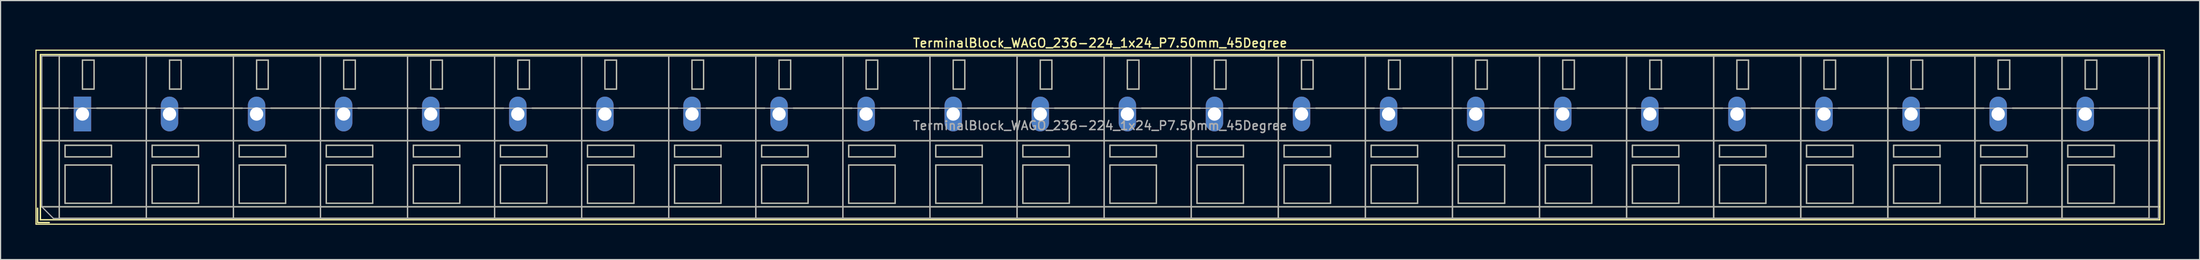
<source format=kicad_pcb>
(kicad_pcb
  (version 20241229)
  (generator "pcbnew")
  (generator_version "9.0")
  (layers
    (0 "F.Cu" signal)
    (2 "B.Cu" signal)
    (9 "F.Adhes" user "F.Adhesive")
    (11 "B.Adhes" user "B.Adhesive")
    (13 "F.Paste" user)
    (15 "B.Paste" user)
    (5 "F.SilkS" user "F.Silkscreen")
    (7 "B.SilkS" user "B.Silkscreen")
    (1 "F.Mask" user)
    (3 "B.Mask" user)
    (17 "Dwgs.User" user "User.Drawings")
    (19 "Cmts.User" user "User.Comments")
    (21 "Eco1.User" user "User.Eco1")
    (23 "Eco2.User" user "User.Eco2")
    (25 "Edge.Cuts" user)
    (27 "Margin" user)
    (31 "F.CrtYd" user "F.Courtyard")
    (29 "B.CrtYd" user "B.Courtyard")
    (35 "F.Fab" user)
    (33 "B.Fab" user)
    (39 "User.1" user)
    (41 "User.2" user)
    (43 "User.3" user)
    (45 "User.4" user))
  (footprint "TerminalBlock_WAGO_236-224_1x24_P7.50mm_45Degree"
    (layer "F.Cu")
    (at 4.05 6.778)
    (property "Reference" "TerminalBlock_WAGO_236-224_1x24_P7.50mm_45Degree" (at 87.65 -6.12 0) (layer "F.SilkS") (effects (font (size 0.75 0.75) (thickness 0.125))))
    (attr through_hole)
    (fp_line (start -4 -5.5) (end -4 9.5) (stroke (width 0.1) (type solid)) (layer "F.SilkS"))
    (fp_line (start -4 9.5) (end 179.3 9.5) (stroke (width 0.1) (type solid)) (layer "F.SilkS"))
    (fp_line (start -3.86 8.12) (end -3.86 9.36) (stroke (width 0.12) (type solid)) (layer "F.SilkS"))
    (fp_line (start -3.86 9.36) (end -2.86 9.36) (stroke (width 0.12) (type solid)) (layer "F.SilkS"))
    (fp_line (start -3.62 -5.12) (end -3.62 9.12) (stroke (width 0.12) (type solid)) (layer "F.SilkS"))
    (fp_line (start -3.62 -5.12) (end 178.92 -5.12) (stroke (width 0.12) (type solid)) (layer "F.SilkS"))
    (fp_line (start -3.62 -0.5) (end -1.23 -0.5) (stroke (width 0.12) (type solid)) (layer "F.SilkS"))
    (fp_line (start -3.62 2.3) (end 178.92 2.3) (stroke (width 0.12) (type solid)) (layer "F.SilkS"))
    (fp_line (start -3.62 8) (end 178.92 8) (stroke (width 0.12) (type solid)) (layer "F.SilkS"))
    (fp_line (start -3.62 9.12) (end 178.92 9.12) (stroke (width 0.12) (type solid)) (layer "F.SilkS"))
    (fp_line (start -2 -5) (end -2 9) (stroke (width 0.12) (type solid)) (layer "F.SilkS"))
    (fp_line (start -2 -5) (end 5.5 -5) (stroke (width 0.12) (type solid)) (layer "F.SilkS"))
    (fp_line (start -2 9) (end 5.5 9) (stroke (width 0.12) (type solid)) (layer "F.SilkS"))
    (fp_line (start -1.5 2.7) (end -1.5 3.7) (stroke (width 0.12) (type solid)) (layer "F.SilkS"))
    (fp_line (start -1.5 2.7) (end 2.5 2.7) (stroke (width 0.12) (type solid)) (layer "F.SilkS"))
    (fp_line (start -1.5 3.7) (end 2.5 3.7) (stroke (width 0.12) (type solid)) (layer "F.SilkS"))
    (fp_line (start -1.5 4.4) (end -1.5 7.7) (stroke (width 0.12) (type solid)) (layer "F.SilkS"))
    (fp_line (start -1.5 4.4) (end 2.5 4.4) (stroke (width 0.12) (type solid)) (layer "F.SilkS"))
    (fp_line (start -1.5 7.7) (end 2.5 7.7) (stroke (width 0.12) (type solid)) (layer "F.SilkS"))
    (fp_line (start 0 -4.65) (end 0 -2.151) (stroke (width 0.12) (type solid)) (layer "F.SilkS"))
    (fp_line (start 0 -4.65) (end 1 -4.65) (stroke (width 0.12) (type solid)) (layer "F.SilkS"))
    (fp_line (start 0 -2.151) (end 1 -2.151) (stroke (width 0.12) (type solid)) (layer "F.SilkS"))
    (fp_line (start 1 -4.65) (end 1 -2.151) (stroke (width 0.12) (type solid)) (layer "F.SilkS"))
    (fp_line (start 1.23 -0.5) (end 6.27 -0.5) (stroke (width 0.12) (type solid)) (layer "F.SilkS"))
    (fp_line (start 2.5 2.7) (end 2.5 3.7) (stroke (width 0.12) (type solid)) (layer "F.SilkS"))
    (fp_line (start 2.5 4.4) (end 2.5 7.7) (stroke (width 0.12) (type solid)) (layer "F.SilkS"))
    (fp_line (start 5.5 -5) (end 5.5 9) (stroke (width 0.12) (type solid)) (layer "F.SilkS"))
    (fp_line (start 5.5 -5) (end 5.5 9) (stroke (width 0.12) (type solid)) (layer "F.SilkS"))
    (fp_line (start 5.5 -5) (end 13 -5) (stroke (width 0.12) (type solid)) (layer "F.SilkS"))
    (fp_line (start 5.5 9) (end 13 9) (stroke (width 0.12) (type solid)) (layer "F.SilkS"))
    (fp_line (start 6 2.7) (end 6 3.7) (stroke (width 0.12) (type solid)) (layer "F.SilkS"))
    (fp_line (start 6 2.7) (end 10 2.7) (stroke (width 0.12) (type solid)) (layer "F.SilkS"))
    (fp_line (start 6 3.7) (end 10 3.7) (stroke (width 0.12) (type solid)) (layer "F.SilkS"))
    (fp_line (start 6 4.4) (end 6 7.7) (stroke (width 0.12) (type solid)) (layer "F.SilkS"))
    (fp_line (start 6 4.4) (end 10 4.4) (stroke (width 0.12) (type solid)) (layer "F.SilkS"))
    (fp_line (start 6 7.7) (end 10 7.7) (stroke (width 0.12) (type solid)) (layer "F.SilkS"))
    (fp_line (start 7.5 -4.65) (end 7.5 -2.151) (stroke (width 0.12) (type solid)) (layer "F.SilkS"))
    (fp_line (start 7.5 -4.65) (end 8.5 -4.65) (stroke (width 0.12) (type solid)) (layer "F.SilkS"))
    (fp_line (start 7.5 -2.151) (end 8.5 -2.151) (stroke (width 0.12) (type solid)) (layer "F.SilkS"))
    (fp_line (start 8.5 -4.65) (end 8.5 -2.151) (stroke (width 0.12) (type solid)) (layer "F.SilkS"))
    (fp_line (start 8.73 -0.5) (end 13.77 -0.5) (stroke (width 0.12) (type solid)) (layer "F.SilkS"))
    (fp_line (start 10 2.7) (end 10 3.7) (stroke (width 0.12) (type solid)) (layer "F.SilkS"))
    (fp_line (start 10 4.4) (end 10 7.7) (stroke (width 0.12) (type solid)) (layer "F.SilkS"))
    (fp_line (start 13 -5) (end 13 9) (stroke (width 0.12) (type solid)) (layer "F.SilkS"))
    (fp_line (start 13 -5) (end 13 9) (stroke (width 0.12) (type solid)) (layer "F.SilkS"))
    (fp_line (start 13 -5) (end 20.5 -5) (stroke (width 0.12) (type solid)) (layer "F.SilkS"))
    (fp_line (start 13 9) (end 20.5 9) (stroke (width 0.12) (type solid)) (layer "F.SilkS"))
    (fp_line (start 13.5 2.7) (end 13.5 3.7) (stroke (width 0.12) (type solid)) (layer "F.SilkS"))
    (fp_line (start 13.5 2.7) (end 17.5 2.7) (stroke (width 0.12) (type solid)) (layer "F.SilkS"))
    (fp_line (start 13.5 3.7) (end 17.5 3.7) (stroke (width 0.12) (type solid)) (layer "F.SilkS"))
    (fp_line (start 13.5 4.4) (end 13.5 7.7) (stroke (width 0.12) (type solid)) (layer "F.SilkS"))
    (fp_line (start 13.5 4.4) (end 17.5 4.4) (stroke (width 0.12) (type solid)) (layer "F.SilkS"))
    (fp_line (start 13.5 7.7) (end 17.5 7.7) (stroke (width 0.12) (type solid)) (layer "F.SilkS"))
    (fp_line (start 15 -4.65) (end 15 -2.151) (stroke (width 0.12) (type solid)) (layer "F.SilkS"))
    (fp_line (start 15 -4.65) (end 16 -4.65) (stroke (width 0.12) (type solid)) (layer "F.SilkS"))
    (fp_line (start 15 -2.151) (end 16 -2.151) (stroke (width 0.12) (type solid)) (layer "F.SilkS"))
    (fp_line (start 16 -4.65) (end 16 -2.151) (stroke (width 0.12) (type solid)) (layer "F.SilkS"))
    (fp_line (start 16.23 -0.5) (end 21.27 -0.5) (stroke (width 0.12) (type solid)) (layer "F.SilkS"))
    (fp_line (start 17.5 2.7) (end 17.5 3.7) (stroke (width 0.12) (type solid)) (layer "F.SilkS"))
    (fp_line (start 17.5 4.4) (end 17.5 7.7) (stroke (width 0.12) (type solid)) (layer "F.SilkS"))
    (fp_line (start 20.5 -5) (end 20.5 9) (stroke (width 0.12) (type solid)) (layer "F.SilkS"))
    (fp_line (start 20.5 -5) (end 20.5 9) (stroke (width 0.12) (type solid)) (layer "F.SilkS"))
    (fp_line (start 20.5 -5) (end 28 -5) (stroke (width 0.12) (type solid)) (layer "F.SilkS"))
    (fp_line (start 20.5 9) (end 28 9) (stroke (width 0.12) (type solid)) (layer "F.SilkS"))
    (fp_line (start 21 2.7) (end 21 3.7) (stroke (width 0.12) (type solid)) (layer "F.SilkS"))
    (fp_line (start 21 2.7) (end 25 2.7) (stroke (width 0.12) (type solid)) (layer "F.SilkS"))
    (fp_line (start 21 3.7) (end 25 3.7) (stroke (width 0.12) (type solid)) (layer "F.SilkS"))
    (fp_line (start 21 4.4) (end 21 7.7) (stroke (width 0.12) (type solid)) (layer "F.SilkS"))
    (fp_line (start 21 4.4) (end 25 4.4) (stroke (width 0.12) (type solid)) (layer "F.SilkS"))
    (fp_line (start 21 7.7) (end 25 7.7) (stroke (width 0.12) (type solid)) (layer "F.SilkS"))
    (fp_line (start 22.5 -4.65) (end 22.5 -2.151) (stroke (width 0.12) (type solid)) (layer "F.SilkS"))
    (fp_line (start 22.5 -4.65) (end 23.5 -4.65) (stroke (width 0.12) (type solid)) (layer "F.SilkS"))
    (fp_line (start 22.5 -2.151) (end 23.5 -2.151) (stroke (width 0.12) (type solid)) (layer "F.SilkS"))
    (fp_line (start 23.5 -4.65) (end 23.5 -2.151) (stroke (width 0.12) (type solid)) (layer "F.SilkS"))
    (fp_line (start 23.73 -0.5) (end 28.77 -0.5) (stroke (width 0.12) (type solid)) (layer "F.SilkS"))
    (fp_line (start 25 2.7) (end 25 3.7) (stroke (width 0.12) (type solid)) (layer "F.SilkS"))
    (fp_line (start 25 4.4) (end 25 7.7) (stroke (width 0.12) (type solid)) (layer "F.SilkS"))
    (fp_line (start 28 -5) (end 28 9) (stroke (width 0.12) (type solid)) (layer "F.SilkS"))
    (fp_line (start 28 -5) (end 28 9) (stroke (width 0.12) (type solid)) (layer "F.SilkS"))
    (fp_line (start 28 -5) (end 35.5 -5) (stroke (width 0.12) (type solid)) (layer "F.SilkS"))
    (fp_line (start 28 9) (end 35.5 9) (stroke (width 0.12) (type solid)) (layer "F.SilkS"))
    (fp_line (start 28.5 2.7) (end 28.5 3.7) (stroke (width 0.12) (type solid)) (layer "F.SilkS"))
    (fp_line (start 28.5 2.7) (end 32.5 2.7) (stroke (width 0.12) (type solid)) (layer "F.SilkS"))
    (fp_line (start 28.5 3.7) (end 32.5 3.7) (stroke (width 0.12) (type solid)) (layer "F.SilkS"))
    (fp_line (start 28.5 4.4) (end 28.5 7.7) (stroke (width 0.12) (type solid)) (layer "F.SilkS"))
    (fp_line (start 28.5 4.4) (end 32.5 4.4) (stroke (width 0.12) (type solid)) (layer "F.SilkS"))
    (fp_line (start 28.5 7.7) (end 32.5 7.7) (stroke (width 0.12) (type solid)) (layer "F.SilkS"))
    (fp_line (start 30 -4.65) (end 30 -2.151) (stroke (width 0.12) (type solid)) (layer "F.SilkS"))
    (fp_line (start 30 -4.65) (end 31 -4.65) (stroke (width 0.12) (type solid)) (layer "F.SilkS"))
    (fp_line (start 30 -2.151) (end 31 -2.151) (stroke (width 0.12) (type solid)) (layer "F.SilkS"))
    (fp_line (start 31 -4.65) (end 31 -2.151) (stroke (width 0.12) (type solid)) (layer "F.SilkS"))
    (fp_line (start 31.23 -0.5) (end 36.27 -0.5) (stroke (width 0.12) (type solid)) (layer "F.SilkS"))
    (fp_line (start 32.5 2.7) (end 32.5 3.7) (stroke (width 0.12) (type solid)) (layer "F.SilkS"))
    (fp_line (start 32.5 4.4) (end 32.5 7.7) (stroke (width 0.12) (type solid)) (layer "F.SilkS"))
    (fp_line (start 35.5 -5) (end 35.5 9) (stroke (width 0.12) (type solid)) (layer "F.SilkS"))
    (fp_line (start 35.5 -5) (end 35.5 9) (stroke (width 0.12) (type solid)) (layer "F.SilkS"))
    (fp_line (start 35.5 -5) (end 43 -5) (stroke (width 0.12) (type solid)) (layer "F.SilkS"))
    (fp_line (start 35.5 9) (end 43 9) (stroke (width 0.12) (type solid)) (layer "F.SilkS"))
    (fp_line (start 36 2.7) (end 36 3.7) (stroke (width 0.12) (type solid)) (layer "F.SilkS"))
    (fp_line (start 36 2.7) (end 40 2.7) (stroke (width 0.12) (type solid)) (layer "F.SilkS"))
    (fp_line (start 36 3.7) (end 40 3.7) (stroke (width 0.12) (type solid)) (layer "F.SilkS"))
    (fp_line (start 36 4.4) (end 36 7.7) (stroke (width 0.12) (type solid)) (layer "F.SilkS"))
    (fp_line (start 36 4.4) (end 40 4.4) (stroke (width 0.12) (type solid)) (layer "F.SilkS"))
    (fp_line (start 36 7.7) (end 40 7.7) (stroke (width 0.12) (type solid)) (layer "F.SilkS"))
    (fp_line (start 37.5 -4.65) (end 37.5 -2.151) (stroke (width 0.12) (type solid)) (layer "F.SilkS"))
    (fp_line (start 37.5 -4.65) (end 38.5 -4.65) (stroke (width 0.12) (type solid)) (layer "F.SilkS"))
    (fp_line (start 37.5 -2.151) (end 38.5 -2.151) (stroke (width 0.12) (type solid)) (layer "F.SilkS"))
    (fp_line (start 38.5 -4.65) (end 38.5 -2.151) (stroke (width 0.12) (type solid)) (layer "F.SilkS"))
    (fp_line (start 38.73 -0.5) (end 43.77 -0.5) (stroke (width 0.12) (type solid)) (layer "F.SilkS"))
    (fp_line (start 40 2.7) (end 40 3.7) (stroke (width 0.12) (type solid)) (layer "F.SilkS"))
    (fp_line (start 40 4.4) (end 40 7.7) (stroke (width 0.12) (type solid)) (layer "F.SilkS"))
    (fp_line (start 43 -5) (end 43 9) (stroke (width 0.12) (type solid)) (layer "F.SilkS"))
    (fp_line (start 43 -5) (end 43 9) (stroke (width 0.12) (type solid)) (layer "F.SilkS"))
    (fp_line (start 43 -5) (end 50.5 -5) (stroke (width 0.12) (type solid)) (layer "F.SilkS"))
    (fp_line (start 43 9) (end 50.5 9) (stroke (width 0.12) (type solid)) (layer "F.SilkS"))
    (fp_line (start 43.5 2.7) (end 43.5 3.7) (stroke (width 0.12) (type solid)) (layer "F.SilkS"))
    (fp_line (start 43.5 2.7) (end 47.5 2.7) (stroke (width 0.12) (type solid)) (layer "F.SilkS"))
    (fp_line (start 43.5 3.7) (end 47.5 3.7) (stroke (width 0.12) (type solid)) (layer "F.SilkS"))
    (fp_line (start 43.5 4.4) (end 43.5 7.7) (stroke (width 0.12) (type solid)) (layer "F.SilkS"))
    (fp_line (start 43.5 4.4) (end 47.5 4.4) (stroke (width 0.12) (type solid)) (layer "F.SilkS"))
    (fp_line (start 43.5 7.7) (end 47.5 7.7) (stroke (width 0.12) (type solid)) (layer "F.SilkS"))
    (fp_line (start 45 -4.65) (end 45 -2.151) (stroke (width 0.12) (type solid)) (layer "F.SilkS"))
    (fp_line (start 45 -4.65) (end 46 -4.65) (stroke (width 0.12) (type solid)) (layer "F.SilkS"))
    (fp_line (start 45 -2.151) (end 46 -2.151) (stroke (width 0.12) (type solid)) (layer "F.SilkS"))
    (fp_line (start 46 -4.65) (end 46 -2.151) (stroke (width 0.12) (type solid)) (layer "F.SilkS"))
    (fp_line (start 46.23 -0.5) (end 51.27 -0.5) (stroke (width 0.12) (type solid)) (layer "F.SilkS"))
    (fp_line (start 47.5 2.7) (end 47.5 3.7) (stroke (width 0.12) (type solid)) (layer "F.SilkS"))
    (fp_line (start 47.5 4.4) (end 47.5 7.7) (stroke (width 0.12) (type solid)) (layer "F.SilkS"))
    (fp_line (start 50.5 -5) (end 50.5 9) (stroke (width 0.12) (type solid)) (layer "F.SilkS"))
    (fp_line (start 50.5 -5) (end 50.5 9) (stroke (width 0.12) (type solid)) (layer "F.SilkS"))
    (fp_line (start 50.5 -5) (end 58 -5) (stroke (width 0.12) (type solid)) (layer "F.SilkS"))
    (fp_line (start 50.5 9) (end 58 9) (stroke (width 0.12) (type solid)) (layer "F.SilkS"))
    (fp_line (start 51 2.7) (end 51 3.7) (stroke (width 0.12) (type solid)) (layer "F.SilkS"))
    (fp_line (start 51 2.7) (end 55 2.7) (stroke (width 0.12) (type solid)) (layer "F.SilkS"))
    (fp_line (start 51 3.7) (end 55 3.7) (stroke (width 0.12) (type solid)) (layer "F.SilkS"))
    (fp_line (start 51 4.4) (end 51 7.7) (stroke (width 0.12) (type solid)) (layer "F.SilkS"))
    (fp_line (start 51 4.4) (end 55 4.4) (stroke (width 0.12) (type solid)) (layer "F.SilkS"))
    (fp_line (start 51 7.7) (end 55 7.7) (stroke (width 0.12) (type solid)) (layer "F.SilkS"))
    (fp_line (start 52.5 -4.65) (end 52.5 -2.151) (stroke (width 0.12) (type solid)) (layer "F.SilkS"))
    (fp_line (start 52.5 -4.65) (end 53.5 -4.65) (stroke (width 0.12) (type solid)) (layer "F.SilkS"))
    (fp_line (start 52.5 -2.151) (end 53.5 -2.151) (stroke (width 0.12) (type solid)) (layer "F.SilkS"))
    (fp_line (start 53.5 -4.65) (end 53.5 -2.151) (stroke (width 0.12) (type solid)) (layer "F.SilkS"))
    (fp_line (start 53.73 -0.5) (end 58.77 -0.5) (stroke (width 0.12) (type solid)) (layer "F.SilkS"))
    (fp_line (start 55 2.7) (end 55 3.7) (stroke (width 0.12) (type solid)) (layer "F.SilkS"))
    (fp_line (start 55 4.4) (end 55 7.7) (stroke (width 0.12) (type solid)) (layer "F.SilkS"))
    (fp_line (start 58 -5) (end 58 9) (stroke (width 0.12) (type solid)) (layer "F.SilkS"))
    (fp_line (start 58 -5) (end 58 9) (stroke (width 0.12) (type solid)) (layer "F.SilkS"))
    (fp_line (start 58 -5) (end 65.5 -5) (stroke (width 0.12) (type solid)) (layer "F.SilkS"))
    (fp_line (start 58 9) (end 65.5 9) (stroke (width 0.12) (type solid)) (layer "F.SilkS"))
    (fp_line (start 58.5 2.7) (end 58.5 3.7) (stroke (width 0.12) (type solid)) (layer "F.SilkS"))
    (fp_line (start 58.5 2.7) (end 62.5 2.7) (stroke (width 0.12) (type solid)) (layer "F.SilkS"))
    (fp_line (start 58.5 3.7) (end 62.5 3.7) (stroke (width 0.12) (type solid)) (layer "F.SilkS"))
    (fp_line (start 58.5 4.4) (end 58.5 7.7) (stroke (width 0.12) (type solid)) (layer "F.SilkS"))
    (fp_line (start 58.5 4.4) (end 62.5 4.4) (stroke (width 0.12) (type solid)) (layer "F.SilkS"))
    (fp_line (start 58.5 7.7) (end 62.5 7.7) (stroke (width 0.12) (type solid)) (layer "F.SilkS"))
    (fp_line (start 60 -4.65) (end 60 -2.151) (stroke (width 0.12) (type solid)) (layer "F.SilkS"))
    (fp_line (start 60 -4.65) (end 61 -4.65) (stroke (width 0.12) (type solid)) (layer "F.SilkS"))
    (fp_line (start 60 -2.151) (end 61 -2.151) (stroke (width 0.12) (type solid)) (layer "F.SilkS"))
    (fp_line (start 61 -4.65) (end 61 -2.151) (stroke (width 0.12) (type solid)) (layer "F.SilkS"))
    (fp_line (start 61.23 -0.5) (end 66.27 -0.5) (stroke (width 0.12) (type solid)) (layer "F.SilkS"))
    (fp_line (start 62.5 2.7) (end 62.5 3.7) (stroke (width 0.12) (type solid)) (layer "F.SilkS"))
    (fp_line (start 62.5 4.4) (end 62.5 7.7) (stroke (width 0.12) (type solid)) (layer "F.SilkS"))
    (fp_line (start 65.5 -5) (end 65.5 9) (stroke (width 0.12) (type solid)) (layer "F.SilkS"))
    (fp_line (start 65.5 -5) (end 65.5 9) (stroke (width 0.12) (type solid)) (layer "F.SilkS"))
    (fp_line (start 65.5 -5) (end 73 -5) (stroke (width 0.12) (type solid)) (layer "F.SilkS"))
    (fp_line (start 65.5 9) (end 73 9) (stroke (width 0.12) (type solid)) (layer "F.SilkS"))
    (fp_line (start 66 2.7) (end 66 3.7) (stroke (width 0.12) (type solid)) (layer "F.SilkS"))
    (fp_line (start 66 2.7) (end 70 2.7) (stroke (width 0.12) (type solid)) (layer "F.SilkS"))
    (fp_line (start 66 3.7) (end 70 3.7) (stroke (width 0.12) (type solid)) (layer "F.SilkS"))
    (fp_line (start 66 4.4) (end 66 7.7) (stroke (width 0.12) (type solid)) (layer "F.SilkS"))
    (fp_line (start 66 4.4) (end 70 4.4) (stroke (width 0.12) (type solid)) (layer "F.SilkS"))
    (fp_line (start 66 7.7) (end 70 7.7) (stroke (width 0.12) (type solid)) (layer "F.SilkS"))
    (fp_line (start 67.5 -4.65) (end 67.5 -2.151) (stroke (width 0.12) (type solid)) (layer "F.SilkS"))
    (fp_line (start 67.5 -4.65) (end 68.5 -4.65) (stroke (width 0.12) (type solid)) (layer "F.SilkS"))
    (fp_line (start 67.5 -2.151) (end 68.5 -2.151) (stroke (width 0.12) (type solid)) (layer "F.SilkS"))
    (fp_line (start 68.5 -4.65) (end 68.5 -2.151) (stroke (width 0.12) (type solid)) (layer "F.SilkS"))
    (fp_line (start 68.73 -0.5) (end 73.77 -0.5) (stroke (width 0.12) (type solid)) (layer "F.SilkS"))
    (fp_line (start 70 2.7) (end 70 3.7) (stroke (width 0.12) (type solid)) (layer "F.SilkS"))
    (fp_line (start 70 4.4) (end 70 7.7) (stroke (width 0.12) (type solid)) (layer "F.SilkS"))
    (fp_line (start 73 -5) (end 73 9) (stroke (width 0.12) (type solid)) (layer "F.SilkS"))
    (fp_line (start 73 -5) (end 73 9) (stroke (width 0.12) (type solid)) (layer "F.SilkS"))
    (fp_line (start 73 -5) (end 80.5 -5) (stroke (width 0.12) (type solid)) (layer "F.SilkS"))
    (fp_line (start 73 9) (end 80.5 9) (stroke (width 0.12) (type solid)) (layer "F.SilkS"))
    (fp_line (start 73.5 2.7) (end 73.5 3.7) (stroke (width 0.12) (type solid)) (layer "F.SilkS"))
    (fp_line (start 73.5 2.7) (end 77.5 2.7) (stroke (width 0.12) (type solid)) (layer "F.SilkS"))
    (fp_line (start 73.5 3.7) (end 77.5 3.7) (stroke (width 0.12) (type solid)) (layer "F.SilkS"))
    (fp_line (start 73.5 4.4) (end 73.5 7.7) (stroke (width 0.12) (type solid)) (layer "F.SilkS"))
    (fp_line (start 73.5 4.4) (end 77.5 4.4) (stroke (width 0.12) (type solid)) (layer "F.SilkS"))
    (fp_line (start 73.5 7.7) (end 77.5 7.7) (stroke (width 0.12) (type solid)) (layer "F.SilkS"))
    (fp_line (start 75 -4.65) (end 75 -2.151) (stroke (width 0.12) (type solid)) (layer "F.SilkS"))
    (fp_line (start 75 -4.65) (end 76 -4.65) (stroke (width 0.12) (type solid)) (layer "F.SilkS"))
    (fp_line (start 75 -2.151) (end 76 -2.151) (stroke (width 0.12) (type solid)) (layer "F.SilkS"))
    (fp_line (start 76 -4.65) (end 76 -2.151) (stroke (width 0.12) (type solid)) (layer "F.SilkS"))
    (fp_line (start 76.23 -0.5) (end 81.27 -0.5) (stroke (width 0.12) (type solid)) (layer "F.SilkS"))
    (fp_line (start 77.5 2.7) (end 77.5 3.7) (stroke (width 0.12) (type solid)) (layer "F.SilkS"))
    (fp_line (start 77.5 4.4) (end 77.5 7.7) (stroke (width 0.12) (type solid)) (layer "F.SilkS"))
    (fp_line (start 80.5 -5) (end 80.5 9) (stroke (width 0.12) (type solid)) (layer "F.SilkS"))
    (fp_line (start 80.5 -5) (end 80.5 9) (stroke (width 0.12) (type solid)) (layer "F.SilkS"))
    (fp_line (start 80.5 -5) (end 88 -5) (stroke (width 0.12) (type solid)) (layer "F.SilkS"))
    (fp_line (start 80.5 9) (end 88 9) (stroke (width 0.12) (type solid)) (layer "F.SilkS"))
    (fp_line (start 81 2.7) (end 81 3.7) (stroke (width 0.12) (type solid)) (layer "F.SilkS"))
    (fp_line (start 81 2.7) (end 85 2.7) (stroke (width 0.12) (type solid)) (layer "F.SilkS"))
    (fp_line (start 81 3.7) (end 85 3.7) (stroke (width 0.12) (type solid)) (layer "F.SilkS"))
    (fp_line (start 81 4.4) (end 81 7.7) (stroke (width 0.12) (type solid)) (layer "F.SilkS"))
    (fp_line (start 81 4.4) (end 85 4.4) (stroke (width 0.12) (type solid)) (layer "F.SilkS"))
    (fp_line (start 81 7.7) (end 85 7.7) (stroke (width 0.12) (type solid)) (layer "F.SilkS"))
    (fp_line (start 82.5 -4.65) (end 82.5 -2.151) (stroke (width 0.12) (type solid)) (layer "F.SilkS"))
    (fp_line (start 82.5 -4.65) (end 83.5 -4.65) (stroke (width 0.12) (type solid)) (layer "F.SilkS"))
    (fp_line (start 82.5 -2.151) (end 83.5 -2.151) (stroke (width 0.12) (type solid)) (layer "F.SilkS"))
    (fp_line (start 83.5 -4.65) (end 83.5 -2.151) (stroke (width 0.12) (type solid)) (layer "F.SilkS"))
    (fp_line (start 83.73 -0.5) (end 88.77 -0.5) (stroke (width 0.12) (type solid)) (layer "F.SilkS"))
    (fp_line (start 85 2.7) (end 85 3.7) (stroke (width 0.12) (type solid)) (layer "F.SilkS"))
    (fp_line (start 85 4.4) (end 85 7.7) (stroke (width 0.12) (type solid)) (layer "F.SilkS"))
    (fp_line (start 88 -5) (end 88 9) (stroke (width 0.12) (type solid)) (layer "F.SilkS"))
    (fp_line (start 88 -5) (end 88 9) (stroke (width 0.12) (type solid)) (layer "F.SilkS"))
    (fp_line (start 88 -5) (end 95.5 -5) (stroke (width 0.12) (type solid)) (layer "F.SilkS"))
    (fp_line (start 88 9) (end 95.5 9) (stroke (width 0.12) (type solid)) (layer "F.SilkS"))
    (fp_line (start 88.5 2.7) (end 88.5 3.7) (stroke (width 0.12) (type solid)) (layer "F.SilkS"))
    (fp_line (start 88.5 2.7) (end 92.5 2.7) (stroke (width 0.12) (type solid)) (layer "F.SilkS"))
    (fp_line (start 88.5 3.7) (end 92.5 3.7) (stroke (width 0.12) (type solid)) (layer "F.SilkS"))
    (fp_line (start 88.5 4.4) (end 88.5 7.7) (stroke (width 0.12) (type solid)) (layer "F.SilkS"))
    (fp_line (start 88.5 4.4) (end 92.5 4.4) (stroke (width 0.12) (type solid)) (layer "F.SilkS"))
    (fp_line (start 88.5 7.7) (end 92.5 7.7) (stroke (width 0.12) (type solid)) (layer "F.SilkS"))
    (fp_line (start 90 -4.65) (end 90 -2.151) (stroke (width 0.12) (type solid)) (layer "F.SilkS"))
    (fp_line (start 90 -4.65) (end 91 -4.65) (stroke (width 0.12) (type solid)) (layer "F.SilkS"))
    (fp_line (start 90 -2.151) (end 91 -2.151) (stroke (width 0.12) (type solid)) (layer "F.SilkS"))
    (fp_line (start 91 -4.65) (end 91 -2.151) (stroke (width 0.12) (type solid)) (layer "F.SilkS"))
    (fp_line (start 91.23 -0.5) (end 96.27 -0.5) (stroke (width 0.12) (type solid)) (layer "F.SilkS"))
    (fp_line (start 92.5 2.7) (end 92.5 3.7) (stroke (width 0.12) (type solid)) (layer "F.SilkS"))
    (fp_line (start 92.5 4.4) (end 92.5 7.7) (stroke (width 0.12) (type solid)) (layer "F.SilkS"))
    (fp_line (start 95.5 -5) (end 95.5 9) (stroke (width 0.12) (type solid)) (layer "F.SilkS"))
    (fp_line (start 95.5 -5) (end 95.5 9) (stroke (width 0.12) (type solid)) (layer "F.SilkS"))
    (fp_line (start 95.5 -5) (end 103 -5) (stroke (width 0.12) (type solid)) (layer "F.SilkS"))
    (fp_line (start 95.5 9) (end 103 9) (stroke (width 0.12) (type solid)) (layer "F.SilkS"))
    (fp_line (start 96 2.7) (end 96 3.7) (stroke (width 0.12) (type solid)) (layer "F.SilkS"))
    (fp_line (start 96 2.7) (end 100 2.7) (stroke (width 0.12) (type solid)) (layer "F.SilkS"))
    (fp_line (start 96 3.7) (end 100 3.7) (stroke (width 0.12) (type solid)) (layer "F.SilkS"))
    (fp_line (start 96 4.4) (end 96 7.7) (stroke (width 0.12) (type solid)) (layer "F.SilkS"))
    (fp_line (start 96 4.4) (end 100 4.4) (stroke (width 0.12) (type solid)) (layer "F.SilkS"))
    (fp_line (start 96 7.7) (end 100 7.7) (stroke (width 0.12) (type solid)) (layer "F.SilkS"))
    (fp_line (start 97.5 -4.65) (end 97.5 -2.151) (stroke (width 0.12) (type solid)) (layer "F.SilkS"))
    (fp_line (start 97.5 -4.65) (end 98.5 -4.65) (stroke (width 0.12) (type solid)) (layer "F.SilkS"))
    (fp_line (start 97.5 -2.151) (end 98.5 -2.151) (stroke (width 0.12) (type solid)) (layer "F.SilkS"))
    (fp_line (start 98.5 -4.65) (end 98.5 -2.151) (stroke (width 0.12) (type solid)) (layer "F.SilkS"))
    (fp_line (start 98.73 -0.5) (end 103.77 -0.5) (stroke (width 0.12) (type solid)) (layer "F.SilkS"))
    (fp_line (start 100 2.7) (end 100 3.7) (stroke (width 0.12) (type solid)) (layer "F.SilkS"))
    (fp_line (start 100 4.4) (end 100 7.7) (stroke (width 0.12) (type solid)) (layer "F.SilkS"))
    (fp_line (start 103 -5) (end 103 9) (stroke (width 0.12) (type solid)) (layer "F.SilkS"))
    (fp_line (start 103 -5) (end 103 9) (stroke (width 0.12) (type solid)) (layer "F.SilkS"))
    (fp_line (start 103 -5) (end 110.5 -5) (stroke (width 0.12) (type solid)) (layer "F.SilkS"))
    (fp_line (start 103 9) (end 110.5 9) (stroke (width 0.12) (type solid)) (layer "F.SilkS"))
    (fp_line (start 103.5 2.7) (end 103.5 3.7) (stroke (width 0.12) (type solid)) (layer "F.SilkS"))
    (fp_line (start 103.5 2.7) (end 107.5 2.7) (stroke (width 0.12) (type solid)) (layer "F.SilkS"))
    (fp_line (start 103.5 3.7) (end 107.5 3.7) (stroke (width 0.12) (type solid)) (layer "F.SilkS"))
    (fp_line (start 103.5 4.4) (end 103.5 7.7) (stroke (width 0.12) (type solid)) (layer "F.SilkS"))
    (fp_line (start 103.5 4.4) (end 107.5 4.4) (stroke (width 0.12) (type solid)) (layer "F.SilkS"))
    (fp_line (start 103.5 7.7) (end 107.5 7.7) (stroke (width 0.12) (type solid)) (layer "F.SilkS"))
    (fp_line (start 105 -4.65) (end 105 -2.151) (stroke (width 0.12) (type solid)) (layer "F.SilkS"))
    (fp_line (start 105 -4.65) (end 106 -4.65) (stroke (width 0.12) (type solid)) (layer "F.SilkS"))
    (fp_line (start 105 -2.151) (end 106 -2.151) (stroke (width 0.12) (type solid)) (layer "F.SilkS"))
    (fp_line (start 106 -4.65) (end 106 -2.151) (stroke (width 0.12) (type solid)) (layer "F.SilkS"))
    (fp_line (start 106.23 -0.5) (end 111.27 -0.5) (stroke (width 0.12) (type solid)) (layer "F.SilkS"))
    (fp_line (start 107.5 2.7) (end 107.5 3.7) (stroke (width 0.12) (type solid)) (layer "F.SilkS"))
    (fp_line (start 107.5 4.4) (end 107.5 7.7) (stroke (width 0.12) (type solid)) (layer "F.SilkS"))
    (fp_line (start 110.5 -5) (end 110.5 9) (stroke (width 0.12) (type solid)) (layer "F.SilkS"))
    (fp_line (start 110.5 -5) (end 110.5 9) (stroke (width 0.12) (type solid)) (layer "F.SilkS"))
    (fp_line (start 110.5 -5) (end 118 -5) (stroke (width 0.12) (type solid)) (layer "F.SilkS"))
    (fp_line (start 110.5 9) (end 118 9) (stroke (width 0.12) (type solid)) (layer "F.SilkS"))
    (fp_line (start 111 2.7) (end 111 3.7) (stroke (width 0.12) (type solid)) (layer "F.SilkS"))
    (fp_line (start 111 2.7) (end 115 2.7) (stroke (width 0.12) (type solid)) (layer "F.SilkS"))
    (fp_line (start 111 3.7) (end 115 3.7) (stroke (width 0.12) (type solid)) (layer "F.SilkS"))
    (fp_line (start 111 4.4) (end 111 7.7) (stroke (width 0.12) (type solid)) (layer "F.SilkS"))
    (fp_line (start 111 4.4) (end 115 4.4) (stroke (width 0.12) (type solid)) (layer "F.SilkS"))
    (fp_line (start 111 7.7) (end 115 7.7) (stroke (width 0.12) (type solid)) (layer "F.SilkS"))
    (fp_line (start 112.5 -4.65) (end 112.5 -2.151) (stroke (width 0.12) (type solid)) (layer "F.SilkS"))
    (fp_line (start 112.5 -4.65) (end 113.5 -4.65) (stroke (width 0.12) (type solid)) (layer "F.SilkS"))
    (fp_line (start 112.5 -2.151) (end 113.5 -2.151) (stroke (width 0.12) (type solid)) (layer "F.SilkS"))
    (fp_line (start 113.5 -4.65) (end 113.5 -2.151) (stroke (width 0.12) (type solid)) (layer "F.SilkS"))
    (fp_line (start 113.73 -0.5) (end 118.77 -0.5) (stroke (width 0.12) (type solid)) (layer "F.SilkS"))
    (fp_line (start 115 2.7) (end 115 3.7) (stroke (width 0.12) (type solid)) (layer "F.SilkS"))
    (fp_line (start 115 4.4) (end 115 7.7) (stroke (width 0.12) (type solid)) (layer "F.SilkS"))
    (fp_line (start 118 -5) (end 118 9) (stroke (width 0.12) (type solid)) (layer "F.SilkS"))
    (fp_line (start 118 -5) (end 118 9) (stroke (width 0.12) (type solid)) (layer "F.SilkS"))
    (fp_line (start 118 -5) (end 125.5 -5) (stroke (width 0.12) (type solid)) (layer "F.SilkS"))
    (fp_line (start 118 9) (end 125.5 9) (stroke (width 0.12) (type solid)) (layer "F.SilkS"))
    (fp_line (start 118.5 2.7) (end 118.5 3.7) (stroke (width 0.12) (type solid)) (layer "F.SilkS"))
    (fp_line (start 118.5 2.7) (end 122.5 2.7) (stroke (width 0.12) (type solid)) (layer "F.SilkS"))
    (fp_line (start 118.5 3.7) (end 122.5 3.7) (stroke (width 0.12) (type solid)) (layer "F.SilkS"))
    (fp_line (start 118.5 4.4) (end 118.5 7.7) (stroke (width 0.12) (type solid)) (layer "F.SilkS"))
    (fp_line (start 118.5 4.4) (end 122.5 4.4) (stroke (width 0.12) (type solid)) (layer "F.SilkS"))
    (fp_line (start 118.5 7.7) (end 122.5 7.7) (stroke (width 0.12) (type solid)) (layer "F.SilkS"))
    (fp_line (start 120 -4.65) (end 120 -2.151) (stroke (width 0.12) (type solid)) (layer "F.SilkS"))
    (fp_line (start 120 -4.65) (end 121 -4.65) (stroke (width 0.12) (type solid)) (layer "F.SilkS"))
    (fp_line (start 120 -2.151) (end 121 -2.151) (stroke (width 0.12) (type solid)) (layer "F.SilkS"))
    (fp_line (start 121 -4.65) (end 121 -2.151) (stroke (width 0.12) (type solid)) (layer "F.SilkS"))
    (fp_line (start 121.23 -0.5) (end 126.27 -0.5) (stroke (width 0.12) (type solid)) (layer "F.SilkS"))
    (fp_line (start 122.5 2.7) (end 122.5 3.7) (stroke (width 0.12) (type solid)) (layer "F.SilkS"))
    (fp_line (start 122.5 4.4) (end 122.5 7.7) (stroke (width 0.12) (type solid)) (layer "F.SilkS"))
    (fp_line (start 125.5 -5) (end 125.5 9) (stroke (width 0.12) (type solid)) (layer "F.SilkS"))
    (fp_line (start 125.5 -5) (end 125.5 9) (stroke (width 0.12) (type solid)) (layer "F.SilkS"))
    (fp_line (start 125.5 -5) (end 133 -5) (stroke (width 0.12) (type solid)) (layer "F.SilkS"))
    (fp_line (start 125.5 9) (end 133 9) (stroke (width 0.12) (type solid)) (layer "F.SilkS"))
    (fp_line (start 126 2.7) (end 126 3.7) (stroke (width 0.12) (type solid)) (layer "F.SilkS"))
    (fp_line (start 126 2.7) (end 130 2.7) (stroke (width 0.12) (type solid)) (layer "F.SilkS"))
    (fp_line (start 126 3.7) (end 130 3.7) (stroke (width 0.12) (type solid)) (layer "F.SilkS"))
    (fp_line (start 126 4.4) (end 126 7.7) (stroke (width 0.12) (type solid)) (layer "F.SilkS"))
    (fp_line (start 126 4.4) (end 130 4.4) (stroke (width 0.12) (type solid)) (layer "F.SilkS"))
    (fp_line (start 126 7.7) (end 130 7.7) (stroke (width 0.12) (type solid)) (layer "F.SilkS"))
    (fp_line (start 127.5 -4.65) (end 127.5 -2.151) (stroke (width 0.12) (type solid)) (layer "F.SilkS"))
    (fp_line (start 127.5 -4.65) (end 128.5 -4.65) (stroke (width 0.12) (type solid)) (layer "F.SilkS"))
    (fp_line (start 127.5 -2.151) (end 128.5 -2.151) (stroke (width 0.12) (type solid)) (layer "F.SilkS"))
    (fp_line (start 128.5 -4.65) (end 128.5 -2.151) (stroke (width 0.12) (type solid)) (layer "F.SilkS"))
    (fp_line (start 128.73 -0.5) (end 133.77 -0.5) (stroke (width 0.12) (type solid)) (layer "F.SilkS"))
    (fp_line (start 130 2.7) (end 130 3.7) (stroke (width 0.12) (type solid)) (layer "F.SilkS"))
    (fp_line (start 130 4.4) (end 130 7.7) (stroke (width 0.12) (type solid)) (layer "F.SilkS"))
    (fp_line (start 133 -5) (end 133 9) (stroke (width 0.12) (type solid)) (layer "F.SilkS"))
    (fp_line (start 133 -5) (end 133 9) (stroke (width 0.12) (type solid)) (layer "F.SilkS"))
    (fp_line (start 133 -5) (end 140.5 -5) (stroke (width 0.12) (type solid)) (layer "F.SilkS"))
    (fp_line (start 133 9) (end 140.5 9) (stroke (width 0.12) (type solid)) (layer "F.SilkS"))
    (fp_line (start 133.5 2.7) (end 133.5 3.7) (stroke (width 0.12) (type solid)) (layer "F.SilkS"))
    (fp_line (start 133.5 2.7) (end 137.5 2.7) (stroke (width 0.12) (type solid)) (layer "F.SilkS"))
    (fp_line (start 133.5 3.7) (end 137.5 3.7) (stroke (width 0.12) (type solid)) (layer "F.SilkS"))
    (fp_line (start 133.5 4.4) (end 133.5 7.7) (stroke (width 0.12) (type solid)) (layer "F.SilkS"))
    (fp_line (start 133.5 4.4) (end 137.5 4.4) (stroke (width 0.12) (type solid)) (layer "F.SilkS"))
    (fp_line (start 133.5 7.7) (end 137.5 7.7) (stroke (width 0.12) (type solid)) (layer "F.SilkS"))
    (fp_line (start 135 -4.65) (end 135 -2.151) (stroke (width 0.12) (type solid)) (layer "F.SilkS"))
    (fp_line (start 135 -4.65) (end 136 -4.65) (stroke (width 0.12) (type solid)) (layer "F.SilkS"))
    (fp_line (start 135 -2.151) (end 136 -2.151) (stroke (width 0.12) (type solid)) (layer "F.SilkS"))
    (fp_line (start 136 -4.65) (end 136 -2.151) (stroke (width 0.12) (type solid)) (layer "F.SilkS"))
    (fp_line (start 136.23 -0.5) (end 141.27 -0.5) (stroke (width 0.12) (type solid)) (layer "F.SilkS"))
    (fp_line (start 137.5 2.7) (end 137.5 3.7) (stroke (width 0.12) (type solid)) (layer "F.SilkS"))
    (fp_line (start 137.5 4.4) (end 137.5 7.7) (stroke (width 0.12) (type solid)) (layer "F.SilkS"))
    (fp_line (start 140.5 -5) (end 140.5 9) (stroke (width 0.12) (type solid)) (layer "F.SilkS"))
    (fp_line (start 140.5 -5) (end 140.5 9) (stroke (width 0.12) (type solid)) (layer "F.SilkS"))
    (fp_line (start 140.5 -5) (end 148 -5) (stroke (width 0.12) (type solid)) (layer "F.SilkS"))
    (fp_line (start 140.5 9) (end 148 9) (stroke (width 0.12) (type solid)) (layer "F.SilkS"))
    (fp_line (start 141 2.7) (end 141 3.7) (stroke (width 0.12) (type solid)) (layer "F.SilkS"))
    (fp_line (start 141 2.7) (end 145 2.7) (stroke (width 0.12) (type solid)) (layer "F.SilkS"))
    (fp_line (start 141 3.7) (end 145 3.7) (stroke (width 0.12) (type solid)) (layer "F.SilkS"))
    (fp_line (start 141 4.4) (end 141 7.7) (stroke (width 0.12) (type solid)) (layer "F.SilkS"))
    (fp_line (start 141 4.4) (end 145 4.4) (stroke (width 0.12) (type solid)) (layer "F.SilkS"))
    (fp_line (start 141 7.7) (end 145 7.7) (stroke (width 0.12) (type solid)) (layer "F.SilkS"))
    (fp_line (start 142.5 -4.65) (end 142.5 -2.151) (stroke (width 0.12) (type solid)) (layer "F.SilkS"))
    (fp_line (start 142.5 -4.65) (end 143.5 -4.65) (stroke (width 0.12) (type solid)) (layer "F.SilkS"))
    (fp_line (start 142.5 -2.151) (end 143.5 -2.151) (stroke (width 0.12) (type solid)) (layer "F.SilkS"))
    (fp_line (start 143.5 -4.65) (end 143.5 -2.151) (stroke (width 0.12) (type solid)) (layer "F.SilkS"))
    (fp_line (start 143.73 -0.5) (end 148.77 -0.5) (stroke (width 0.12) (type solid)) (layer "F.SilkS"))
    (fp_line (start 145 2.7) (end 145 3.7) (stroke (width 0.12) (type solid)) (layer "F.SilkS"))
    (fp_line (start 145 4.4) (end 145 7.7) (stroke (width 0.12) (type solid)) (layer "F.SilkS"))
    (fp_line (start 148 -5) (end 148 9) (stroke (width 0.12) (type solid)) (layer "F.SilkS"))
    (fp_line (start 148 -5) (end 148 9) (stroke (width 0.12) (type solid)) (layer "F.SilkS"))
    (fp_line (start 148 -5) (end 155.5 -5) (stroke (width 0.12) (type solid)) (layer "F.SilkS"))
    (fp_line (start 148 9) (end 155.5 9) (stroke (width 0.12) (type solid)) (layer "F.SilkS"))
    (fp_line (start 148.5 2.7) (end 148.5 3.7) (stroke (width 0.12) (type solid)) (layer "F.SilkS"))
    (fp_line (start 148.5 2.7) (end 152.5 2.7) (stroke (width 0.12) (type solid)) (layer "F.SilkS"))
    (fp_line (start 148.5 3.7) (end 152.5 3.7) (stroke (width 0.12) (type solid)) (layer "F.SilkS"))
    (fp_line (start 148.5 4.4) (end 148.5 7.7) (stroke (width 0.12) (type solid)) (layer "F.SilkS"))
    (fp_line (start 148.5 4.4) (end 152.5 4.4) (stroke (width 0.12) (type solid)) (layer "F.SilkS"))
    (fp_line (start 148.5 7.7) (end 152.5 7.7) (stroke (width 0.12) (type solid)) (layer "F.SilkS"))
    (fp_line (start 150 -4.65) (end 150 -2.151) (stroke (width 0.12) (type solid)) (layer "F.SilkS"))
    (fp_line (start 150 -4.65) (end 151 -4.65) (stroke (width 0.12) (type solid)) (layer "F.SilkS"))
    (fp_line (start 150 -2.151) (end 151 -2.151) (stroke (width 0.12) (type solid)) (layer "F.SilkS"))
    (fp_line (start 151 -4.65) (end 151 -2.151) (stroke (width 0.12) (type solid)) (layer "F.SilkS"))
    (fp_line (start 151.23 -0.5) (end 156.27 -0.5) (stroke (width 0.12) (type solid)) (layer "F.SilkS"))
    (fp_line (start 152.5 2.7) (end 152.5 3.7) (stroke (width 0.12) (type solid)) (layer "F.SilkS"))
    (fp_line (start 152.5 4.4) (end 152.5 7.7) (stroke (width 0.12) (type solid)) (layer "F.SilkS"))
    (fp_line (start 155.5 -5) (end 155.5 9) (stroke (width 0.12) (type solid)) (layer "F.SilkS"))
    (fp_line (start 155.5 -5) (end 155.5 9) (stroke (width 0.12) (type solid)) (layer "F.SilkS"))
    (fp_line (start 155.5 -5) (end 163 -5) (stroke (width 0.12) (type solid)) (layer "F.SilkS"))
    (fp_line (start 155.5 9) (end 163 9) (stroke (width 0.12) (type solid)) (layer "F.SilkS"))
    (fp_line (start 156 2.7) (end 156 3.7) (stroke (width 0.12) (type solid)) (layer "F.SilkS"))
    (fp_line (start 156 2.7) (end 160 2.7) (stroke (width 0.12) (type solid)) (layer "F.SilkS"))
    (fp_line (start 156 3.7) (end 160 3.7) (stroke (width 0.12) (type solid)) (layer "F.SilkS"))
    (fp_line (start 156 4.4) (end 156 7.7) (stroke (width 0.12) (type solid)) (layer "F.SilkS"))
    (fp_line (start 156 4.4) (end 160 4.4) (stroke (width 0.12) (type solid)) (layer "F.SilkS"))
    (fp_line (start 156 7.7) (end 160 7.7) (stroke (width 0.12) (type solid)) (layer "F.SilkS"))
    (fp_line (start 157.5 -4.65) (end 157.5 -2.151) (stroke (width 0.12) (type solid)) (layer "F.SilkS"))
    (fp_line (start 157.5 -4.65) (end 158.5 -4.65) (stroke (width 0.12) (type solid)) (layer "F.SilkS"))
    (fp_line (start 157.5 -2.151) (end 158.5 -2.151) (stroke (width 0.12) (type solid)) (layer "F.SilkS"))
    (fp_line (start 158.5 -4.65) (end 158.5 -2.151) (stroke (width 0.12) (type solid)) (layer "F.SilkS"))
    (fp_line (start 158.73 -0.5) (end 163.77 -0.5) (stroke (width 0.12) (type solid)) (layer "F.SilkS"))
    (fp_line (start 160 2.7) (end 160 3.7) (stroke (width 0.12) (type solid)) (layer "F.SilkS"))
    (fp_line (start 160 4.4) (end 160 7.7) (stroke (width 0.12) (type solid)) (layer "F.SilkS"))
    (fp_line (start 163 -5) (end 163 9) (stroke (width 0.12) (type solid)) (layer "F.SilkS"))
    (fp_line (start 163 -5) (end 163 9) (stroke (width 0.12) (type solid)) (layer "F.SilkS"))
    (fp_line (start 163 -5) (end 170.5 -5) (stroke (width 0.12) (type solid)) (layer "F.SilkS"))
    (fp_line (start 163 9) (end 170.5 9) (stroke (width 0.12) (type solid)) (layer "F.SilkS"))
    (fp_line (start 163.5 2.7) (end 163.5 3.7) (stroke (width 0.12) (type solid)) (layer "F.SilkS"))
    (fp_line (start 163.5 2.7) (end 167.5 2.7) (stroke (width 0.12) (type solid)) (layer "F.SilkS"))
    (fp_line (start 163.5 3.7) (end 167.5 3.7) (stroke (width 0.12) (type solid)) (layer "F.SilkS"))
    (fp_line (start 163.5 4.4) (end 163.5 7.7) (stroke (width 0.12) (type solid)) (layer "F.SilkS"))
    (fp_line (start 163.5 4.4) (end 167.5 4.4) (stroke (width 0.12) (type solid)) (layer "F.SilkS"))
    (fp_line (start 163.5 7.7) (end 167.5 7.7) (stroke (width 0.12) (type solid)) (layer "F.SilkS"))
    (fp_line (start 165 -4.65) (end 165 -2.151) (stroke (width 0.12) (type solid)) (layer "F.SilkS"))
    (fp_line (start 165 -4.65) (end 166 -4.65) (stroke (width 0.12) (type solid)) (layer "F.SilkS"))
    (fp_line (start 165 -2.151) (end 166 -2.151) (stroke (width 0.12) (type solid)) (layer "F.SilkS"))
    (fp_line (start 166 -4.65) (end 166 -2.151) (stroke (width 0.12) (type solid)) (layer "F.SilkS"))
    (fp_line (start 166.23 -0.5) (end 171.27 -0.5) (stroke (width 0.12) (type solid)) (layer "F.SilkS"))
    (fp_line (start 167.5 2.7) (end 167.5 3.7) (stroke (width 0.12) (type solid)) (layer "F.SilkS"))
    (fp_line (start 167.5 4.4) (end 167.5 7.7) (stroke (width 0.12) (type solid)) (layer "F.SilkS"))
    (fp_line (start 170.5 -5) (end 170.5 9) (stroke (width 0.12) (type solid)) (layer "F.SilkS"))
    (fp_line (start 170.5 -5) (end 170.5 9) (stroke (width 0.12) (type solid)) (layer "F.SilkS"))
    (fp_line (start 170.5 -5) (end 178 -5) (stroke (width 0.12) (type solid)) (layer "F.SilkS"))
    (fp_line (start 170.5 9) (end 178 9) (stroke (width 0.12) (type solid)) (layer "F.SilkS"))
    (fp_line (start 171 2.7) (end 171 3.7) (stroke (width 0.12) (type solid)) (layer "F.SilkS"))
    (fp_line (start 171 2.7) (end 175 2.7) (stroke (width 0.12) (type solid)) (layer "F.SilkS"))
    (fp_line (start 171 3.7) (end 175 3.7) (stroke (width 0.12) (type solid)) (layer "F.SilkS"))
    (fp_line (start 171 4.4) (end 171 7.7) (stroke (width 0.12) (type solid)) (layer "F.SilkS"))
    (fp_line (start 171 4.4) (end 175 4.4) (stroke (width 0.12) (type solid)) (layer "F.SilkS"))
    (fp_line (start 171 7.7) (end 175 7.7) (stroke (width 0.12) (type solid)) (layer "F.SilkS"))
    (fp_line (start 172.5 -4.65) (end 172.5 -2.151) (stroke (width 0.12) (type solid)) (layer "F.SilkS"))
    (fp_line (start 172.5 -4.65) (end 173.5 -4.65) (stroke (width 0.12) (type solid)) (layer "F.SilkS"))
    (fp_line (start 172.5 -2.151) (end 173.5 -2.151) (stroke (width 0.12) (type solid)) (layer "F.SilkS"))
    (fp_line (start 173.5 -4.65) (end 173.5 -2.151) (stroke (width 0.12) (type solid)) (layer "F.SilkS"))
    (fp_line (start 173.73 -0.5) (end 178.92 -0.5) (stroke (width 0.12) (type solid)) (layer "F.SilkS"))
    (fp_line (start 175 2.7) (end 175 3.7) (stroke (width 0.12) (type solid)) (layer "F.SilkS"))
    (fp_line (start 175 4.4) (end 175 7.7) (stroke (width 0.12) (type solid)) (layer "F.SilkS"))
    (fp_line (start 178 -5) (end 178 9) (stroke (width 0.12) (type solid)) (layer "F.SilkS"))
    (fp_line (start 178.92 -5.12) (end 178.92 9.12) (stroke (width 0.12) (type solid)) (layer "F.SilkS"))
    (fp_line (start 179.3 -5.5) (end -4 -5.5) (stroke (width 0.1) (type solid)) (layer "F.SilkS"))
    (fp_line (start 179.3 9.5) (end 179.3 -5.5) (stroke (width 0.1) (type solid)) (layer "F.SilkS"))
    (fp_line (start -3.5 -5) (end 178.8 -5) (stroke (width 0.1) (type solid)) (layer "F.Fab"))
    (fp_line (start -3.5 -0.5) (end 178.8 -0.5) (stroke (width 0.1) (type solid)) (layer "F.Fab"))
    (fp_line (start -3.5 2.3) (end 178.8 2.3) (stroke (width 0.1) (type solid)) (layer "F.Fab"))
    (fp_line (start -3.5 8) (end -3.5 -5) (stroke (width 0.1) (type solid)) (layer "F.Fab"))
    (fp_line (start -3.5 8) (end 178.8 8) (stroke (width 0.1) (type solid)) (layer "F.Fab"))
    (fp_line (start -2.5 9) (end -3.5 8) (stroke (width 0.1) (type solid)) (layer "F.Fab"))
    (fp_line (start -2 -5) (end -2 9) (stroke (width 0.1) (type solid)) (layer "F.Fab"))
    (fp_line (start -2 9) (end 5.5 9) (stroke (width 0.1) (type solid)) (layer "F.Fab"))
    (fp_line (start -1.5 2.7) (end -1.5 3.7) (stroke (width 0.1) (type solid)) (layer "F.Fab"))
    (fp_line (start -1.5 3.7) (end 2.5 3.7) (stroke (width 0.1) (type solid)) (layer "F.Fab"))
    (fp_line (start -1.5 4.4) (end -1.5 7.7) (stroke (width 0.1) (type solid)) (layer "F.Fab"))
    (fp_line (start -1.5 7.7) (end 2.5 7.7) (stroke (width 0.1) (type solid)) (layer "F.Fab"))
    (fp_line (start 0 -4.65) (end 0 -2.15) (stroke (width 0.1) (type solid)) (layer "F.Fab"))
    (fp_line (start 0 -2.15) (end 1 -2.15) (stroke (width 0.1) (type solid)) (layer "F.Fab"))
    (fp_line (start 1 -4.65) (end 0 -4.65) (stroke (width 0.1) (type solid)) (layer "F.Fab"))
    (fp_line (start 1 -2.15) (end 1 -4.65) (stroke (width 0.1) (type solid)) (layer "F.Fab"))
    (fp_line (start 2.5 2.7) (end -1.5 2.7) (stroke (width 0.1) (type solid)) (layer "F.Fab"))
    (fp_line (start 2.5 3.7) (end 2.5 2.7) (stroke (width 0.1) (type solid)) (layer "F.Fab"))
    (fp_line (start 2.5 4.4) (end -1.5 4.4) (stroke (width 0.1) (type solid)) (layer "F.Fab"))
    (fp_line (start 2.5 7.7) (end 2.5 4.4) (stroke (width 0.1) (type solid)) (layer "F.Fab"))
    (fp_line (start 5.5 -5) (end -2 -5) (stroke (width 0.1) (type solid)) (layer "F.Fab"))
    (fp_line (start 5.5 -5) (end 5.5 9) (stroke (width 0.1) (type solid)) (layer "F.Fab"))
    (fp_line (start 5.5 9) (end 5.5 -5) (stroke (width 0.1) (type solid)) (layer "F.Fab"))
    (fp_line (start 5.5 9) (end 13 9) (stroke (width 0.1) (type solid)) (layer "F.Fab"))
    (fp_line (start 6 2.7) (end 6 3.7) (stroke (width 0.1) (type solid)) (layer "F.Fab"))
    (fp_line (start 6 3.7) (end 10 3.7) (stroke (width 0.1) (type solid)) (layer "F.Fab"))
    (fp_line (start 6 4.4) (end 6 7.7) (stroke (width 0.1) (type solid)) (layer "F.Fab"))
    (fp_line (start 6 7.7) (end 10 7.7) (stroke (width 0.1) (type solid)) (layer "F.Fab"))
    (fp_line (start 7.5 -4.65) (end 7.5 -2.15) (stroke (width 0.1) (type solid)) (layer "F.Fab"))
    (fp_line (start 7.5 -2.15) (end 8.5 -2.15) (stroke (width 0.1) (type solid)) (layer "F.Fab"))
    (fp_line (start 8.5 -4.65) (end 7.5 -4.65) (stroke (width 0.1) (type solid)) (layer "F.Fab"))
    (fp_line (start 8.5 -2.15) (end 8.5 -4.65) (stroke (width 0.1) (type solid)) (layer "F.Fab"))
    (fp_line (start 10 2.7) (end 6 2.7) (stroke (width 0.1) (type solid)) (layer "F.Fab"))
    (fp_line (start 10 3.7) (end 10 2.7) (stroke (width 0.1) (type solid)) (layer "F.Fab"))
    (fp_line (start 10 4.4) (end 6 4.4) (stroke (width 0.1) (type solid)) (layer "F.Fab"))
    (fp_line (start 10 7.7) (end 10 4.4) (stroke (width 0.1) (type solid)) (layer "F.Fab"))
    (fp_line (start 13 -5) (end 5.5 -5) (stroke (width 0.1) (type solid)) (layer "F.Fab"))
    (fp_line (start 13 -5) (end 13 9) (stroke (width 0.1) (type solid)) (layer "F.Fab"))
    (fp_line (start 13 9) (end 13 -5) (stroke (width 0.1) (type solid)) (layer "F.Fab"))
    (fp_line (start 13 9) (end 20.5 9) (stroke (width 0.1) (type solid)) (layer "F.Fab"))
    (fp_line (start 13.5 2.7) (end 13.5 3.7) (stroke (width 0.1) (type solid)) (layer "F.Fab"))
    (fp_line (start 13.5 3.7) (end 17.5 3.7) (stroke (width 0.1) (type solid)) (layer "F.Fab"))
    (fp_line (start 13.5 4.4) (end 13.5 7.7) (stroke (width 0.1) (type solid)) (layer "F.Fab"))
    (fp_line (start 13.5 7.7) (end 17.5 7.7) (stroke (width 0.1) (type solid)) (layer "F.Fab"))
    (fp_line (start 15 -4.65) (end 15 -2.15) (stroke (width 0.1) (type solid)) (layer "F.Fab"))
    (fp_line (start 15 -2.15) (end 16 -2.15) (stroke (width 0.1) (type solid)) (layer "F.Fab"))
    (fp_line (start 16 -4.65) (end 15 -4.65) (stroke (width 0.1) (type solid)) (layer "F.Fab"))
    (fp_line (start 16 -2.15) (end 16 -4.65) (stroke (width 0.1) (type solid)) (layer "F.Fab"))
    (fp_line (start 17.5 2.7) (end 13.5 2.7) (stroke (width 0.1) (type solid)) (layer "F.Fab"))
    (fp_line (start 17.5 3.7) (end 17.5 2.7) (stroke (width 0.1) (type solid)) (layer "F.Fab"))
    (fp_line (start 17.5 4.4) (end 13.5 4.4) (stroke (width 0.1) (type solid)) (layer "F.Fab"))
    (fp_line (start 17.5 7.7) (end 17.5 4.4) (stroke (width 0.1) (type solid)) (layer "F.Fab"))
    (fp_line (start 20.5 -5) (end 13 -5) (stroke (width 0.1) (type solid)) (layer "F.Fab"))
    (fp_line (start 20.5 -5) (end 20.5 9) (stroke (width 0.1) (type solid)) (layer "F.Fab"))
    (fp_line (start 20.5 9) (end 20.5 -5) (stroke (width 0.1) (type solid)) (layer "F.Fab"))
    (fp_line (start 20.5 9) (end 28 9) (stroke (width 0.1) (type solid)) (layer "F.Fab"))
    (fp_line (start 21 2.7) (end 21 3.7) (stroke (width 0.1) (type solid)) (layer "F.Fab"))
    (fp_line (start 21 3.7) (end 25 3.7) (stroke (width 0.1) (type solid)) (layer "F.Fab"))
    (fp_line (start 21 4.4) (end 21 7.7) (stroke (width 0.1) (type solid)) (layer "F.Fab"))
    (fp_line (start 21 7.7) (end 25 7.7) (stroke (width 0.1) (type solid)) (layer "F.Fab"))
    (fp_line (start 22.5 -4.65) (end 22.5 -2.15) (stroke (width 0.1) (type solid)) (layer "F.Fab"))
    (fp_line (start 22.5 -2.15) (end 23.5 -2.15) (stroke (width 0.1) (type solid)) (layer "F.Fab"))
    (fp_line (start 23.5 -4.65) (end 22.5 -4.65) (stroke (width 0.1) (type solid)) (layer "F.Fab"))
    (fp_line (start 23.5 -2.15) (end 23.5 -4.65) (stroke (width 0.1) (type solid)) (layer "F.Fab"))
    (fp_line (start 25 2.7) (end 21 2.7) (stroke (width 0.1) (type solid)) (layer "F.Fab"))
    (fp_line (start 25 3.7) (end 25 2.7) (stroke (width 0.1) (type solid)) (layer "F.Fab"))
    (fp_line (start 25 4.4) (end 21 4.4) (stroke (width 0.1) (type solid)) (layer "F.Fab"))
    (fp_line (start 25 7.7) (end 25 4.4) (stroke (width 0.1) (type solid)) (layer "F.Fab"))
    (fp_line (start 28 -5) (end 20.5 -5) (stroke (width 0.1) (type solid)) (layer "F.Fab"))
    (fp_line (start 28 -5) (end 28 9) (stroke (width 0.1) (type solid)) (layer "F.Fab"))
    (fp_line (start 28 9) (end 28 -5) (stroke (width 0.1) (type solid)) (layer "F.Fab"))
    (fp_line (start 28 9) (end 35.5 9) (stroke (width 0.1) (type solid)) (layer "F.Fab"))
    (fp_line (start 28.5 2.7) (end 28.5 3.7) (stroke (width 0.1) (type solid)) (layer "F.Fab"))
    (fp_line (start 28.5 3.7) (end 32.5 3.7) (stroke (width 0.1) (type solid)) (layer "F.Fab"))
    (fp_line (start 28.5 4.4) (end 28.5 7.7) (stroke (width 0.1) (type solid)) (layer "F.Fab"))
    (fp_line (start 28.5 7.7) (end 32.5 7.7) (stroke (width 0.1) (type solid)) (layer "F.Fab"))
    (fp_line (start 30 -4.65) (end 30 -2.15) (stroke (width 0.1) (type solid)) (layer "F.Fab"))
    (fp_line (start 30 -2.15) (end 31 -2.15) (stroke (width 0.1) (type solid)) (layer "F.Fab"))
    (fp_line (start 31 -4.65) (end 30 -4.65) (stroke (width 0.1) (type solid)) (layer "F.Fab"))
    (fp_line (start 31 -2.15) (end 31 -4.65) (stroke (width 0.1) (type solid)) (layer "F.Fab"))
    (fp_line (start 32.5 2.7) (end 28.5 2.7) (stroke (width 0.1) (type solid)) (layer "F.Fab"))
    (fp_line (start 32.5 3.7) (end 32.5 2.7) (stroke (width 0.1) (type solid)) (layer "F.Fab"))
    (fp_line (start 32.5 4.4) (end 28.5 4.4) (stroke (width 0.1) (type solid)) (layer "F.Fab"))
    (fp_line (start 32.5 7.7) (end 32.5 4.4) (stroke (width 0.1) (type solid)) (layer "F.Fab"))
    (fp_line (start 35.5 -5) (end 28 -5) (stroke (width 0.1) (type solid)) (layer "F.Fab"))
    (fp_line (start 35.5 -5) (end 35.5 9) (stroke (width 0.1) (type solid)) (layer "F.Fab"))
    (fp_line (start 35.5 9) (end 35.5 -5) (stroke (width 0.1) (type solid)) (layer "F.Fab"))
    (fp_line (start 35.5 9) (end 43 9) (stroke (width 0.1) (type solid)) (layer "F.Fab"))
    (fp_line (start 36 2.7) (end 36 3.7) (stroke (width 0.1) (type solid)) (layer "F.Fab"))
    (fp_line (start 36 3.7) (end 40 3.7) (stroke (width 0.1) (type solid)) (layer "F.Fab"))
    (fp_line (start 36 4.4) (end 36 7.7) (stroke (width 0.1) (type solid)) (layer "F.Fab"))
    (fp_line (start 36 7.7) (end 40 7.7) (stroke (width 0.1) (type solid)) (layer "F.Fab"))
    (fp_line (start 37.5 -4.65) (end 37.5 -2.15) (stroke (width 0.1) (type solid)) (layer "F.Fab"))
    (fp_line (start 37.5 -2.15) (end 38.5 -2.15) (stroke (width 0.1) (type solid)) (layer "F.Fab"))
    (fp_line (start 38.5 -4.65) (end 37.5 -4.65) (stroke (width 0.1) (type solid)) (layer "F.Fab"))
    (fp_line (start 38.5 -2.15) (end 38.5 -4.65) (stroke (width 0.1) (type solid)) (layer "F.Fab"))
    (fp_line (start 40 2.7) (end 36 2.7) (stroke (width 0.1) (type solid)) (layer "F.Fab"))
    (fp_line (start 40 3.7) (end 40 2.7) (stroke (width 0.1) (type solid)) (layer "F.Fab"))
    (fp_line (start 40 4.4) (end 36 4.4) (stroke (width 0.1) (type solid)) (layer "F.Fab"))
    (fp_line (start 40 7.7) (end 40 4.4) (stroke (width 0.1) (type solid)) (layer "F.Fab"))
    (fp_line (start 43 -5) (end 35.5 -5) (stroke (width 0.1) (type solid)) (layer "F.Fab"))
    (fp_line (start 43 -5) (end 43 9) (stroke (width 0.1) (type solid)) (layer "F.Fab"))
    (fp_line (start 43 9) (end 43 -5) (stroke (width 0.1) (type solid)) (layer "F.Fab"))
    (fp_line (start 43 9) (end 50.5 9) (stroke (width 0.1) (type solid)) (layer "F.Fab"))
    (fp_line (start 43.5 2.7) (end 43.5 3.7) (stroke (width 0.1) (type solid)) (layer "F.Fab"))
    (fp_line (start 43.5 3.7) (end 47.5 3.7) (stroke (width 0.1) (type solid)) (layer "F.Fab"))
    (fp_line (start 43.5 4.4) (end 43.5 7.7) (stroke (width 0.1) (type solid)) (layer "F.Fab"))
    (fp_line (start 43.5 7.7) (end 47.5 7.7) (stroke (width 0.1) (type solid)) (layer "F.Fab"))
    (fp_line (start 45 -4.65) (end 45 -2.15) (stroke (width 0.1) (type solid)) (layer "F.Fab"))
    (fp_line (start 45 -2.15) (end 46 -2.15) (stroke (width 0.1) (type solid)) (layer "F.Fab"))
    (fp_line (start 46 -4.65) (end 45 -4.65) (stroke (width 0.1) (type solid)) (layer "F.Fab"))
    (fp_line (start 46 -2.15) (end 46 -4.65) (stroke (width 0.1) (type solid)) (layer "F.Fab"))
    (fp_line (start 47.5 2.7) (end 43.5 2.7) (stroke (width 0.1) (type solid)) (layer "F.Fab"))
    (fp_line (start 47.5 3.7) (end 47.5 2.7) (stroke (width 0.1) (type solid)) (layer "F.Fab"))
    (fp_line (start 47.5 4.4) (end 43.5 4.4) (stroke (width 0.1) (type solid)) (layer "F.Fab"))
    (fp_line (start 47.5 7.7) (end 47.5 4.4) (stroke (width 0.1) (type solid)) (layer "F.Fab"))
    (fp_line (start 50.5 -5) (end 43 -5) (stroke (width 0.1) (type solid)) (layer "F.Fab"))
    (fp_line (start 50.5 -5) (end 50.5 9) (stroke (width 0.1) (type solid)) (layer "F.Fab"))
    (fp_line (start 50.5 9) (end 50.5 -5) (stroke (width 0.1) (type solid)) (layer "F.Fab"))
    (fp_line (start 50.5 9) (end 58 9) (stroke (width 0.1) (type solid)) (layer "F.Fab"))
    (fp_line (start 51 2.7) (end 51 3.7) (stroke (width 0.1) (type solid)) (layer "F.Fab"))
    (fp_line (start 51 3.7) (end 55 3.7) (stroke (width 0.1) (type solid)) (layer "F.Fab"))
    (fp_line (start 51 4.4) (end 51 7.7) (stroke (width 0.1) (type solid)) (layer "F.Fab"))
    (fp_line (start 51 7.7) (end 55 7.7) (stroke (width 0.1) (type solid)) (layer "F.Fab"))
    (fp_line (start 52.5 -4.65) (end 52.5 -2.15) (stroke (width 0.1) (type solid)) (layer "F.Fab"))
    (fp_line (start 52.5 -2.15) (end 53.5 -2.15) (stroke (width 0.1) (type solid)) (layer "F.Fab"))
    (fp_line (start 53.5 -4.65) (end 52.5 -4.65) (stroke (width 0.1) (type solid)) (layer "F.Fab"))
    (fp_line (start 53.5 -2.15) (end 53.5 -4.65) (stroke (width 0.1) (type solid)) (layer "F.Fab"))
    (fp_line (start 55 2.7) (end 51 2.7) (stroke (width 0.1) (type solid)) (layer "F.Fab"))
    (fp_line (start 55 3.7) (end 55 2.7) (stroke (width 0.1) (type solid)) (layer "F.Fab"))
    (fp_line (start 55 4.4) (end 51 4.4) (stroke (width 0.1) (type solid)) (layer "F.Fab"))
    (fp_line (start 55 7.7) (end 55 4.4) (stroke (width 0.1) (type solid)) (layer "F.Fab"))
    (fp_line (start 58 -5) (end 50.5 -5) (stroke (width 0.1) (type solid)) (layer "F.Fab"))
    (fp_line (start 58 -5) (end 58 9) (stroke (width 0.1) (type solid)) (layer "F.Fab"))
    (fp_line (start 58 9) (end 58 -5) (stroke (width 0.1) (type solid)) (layer "F.Fab"))
    (fp_line (start 58 9) (end 65.5 9) (stroke (width 0.1) (type solid)) (layer "F.Fab"))
    (fp_line (start 58.5 2.7) (end 58.5 3.7) (stroke (width 0.1) (type solid)) (layer "F.Fab"))
    (fp_line (start 58.5 3.7) (end 62.5 3.7) (stroke (width 0.1) (type solid)) (layer "F.Fab"))
    (fp_line (start 58.5 4.4) (end 58.5 7.7) (stroke (width 0.1) (type solid)) (layer "F.Fab"))
    (fp_line (start 58.5 7.7) (end 62.5 7.7) (stroke (width 0.1) (type solid)) (layer "F.Fab"))
    (fp_line (start 60 -4.65) (end 60 -2.15) (stroke (width 0.1) (type solid)) (layer "F.Fab"))
    (fp_line (start 60 -2.15) (end 61 -2.15) (stroke (width 0.1) (type solid)) (layer "F.Fab"))
    (fp_line (start 61 -4.65) (end 60 -4.65) (stroke (width 0.1) (type solid)) (layer "F.Fab"))
    (fp_line (start 61 -2.15) (end 61 -4.65) (stroke (width 0.1) (type solid)) (layer "F.Fab"))
    (fp_line (start 62.5 2.7) (end 58.5 2.7) (stroke (width 0.1) (type solid)) (layer "F.Fab"))
    (fp_line (start 62.5 3.7) (end 62.5 2.7) (stroke (width 0.1) (type solid)) (layer "F.Fab"))
    (fp_line (start 62.5 4.4) (end 58.5 4.4) (stroke (width 0.1) (type solid)) (layer "F.Fab"))
    (fp_line (start 62.5 7.7) (end 62.5 4.4) (stroke (width 0.1) (type solid)) (layer "F.Fab"))
    (fp_line (start 65.5 -5) (end 58 -5) (stroke (width 0.1) (type solid)) (layer "F.Fab"))
    (fp_line (start 65.5 -5) (end 65.5 9) (stroke (width 0.1) (type solid)) (layer "F.Fab"))
    (fp_line (start 65.5 9) (end 65.5 -5) (stroke (width 0.1) (type solid)) (layer "F.Fab"))
    (fp_line (start 65.5 9) (end 73 9) (stroke (width 0.1) (type solid)) (layer "F.Fab"))
    (fp_line (start 66 2.7) (end 66 3.7) (stroke (width 0.1) (type solid)) (layer "F.Fab"))
    (fp_line (start 66 3.7) (end 70 3.7) (stroke (width 0.1) (type solid)) (layer "F.Fab"))
    (fp_line (start 66 4.4) (end 66 7.7) (stroke (width 0.1) (type solid)) (layer "F.Fab"))
    (fp_line (start 66 7.7) (end 70 7.7) (stroke (width 0.1) (type solid)) (layer "F.Fab"))
    (fp_line (start 67.5 -4.65) (end 67.5 -2.15) (stroke (width 0.1) (type solid)) (layer "F.Fab"))
    (fp_line (start 67.5 -2.15) (end 68.5 -2.15) (stroke (width 0.1) (type solid)) (layer "F.Fab"))
    (fp_line (start 68.5 -4.65) (end 67.5 -4.65) (stroke (width 0.1) (type solid)) (layer "F.Fab"))
    (fp_line (start 68.5 -2.15) (end 68.5 -4.65) (stroke (width 0.1) (type solid)) (layer "F.Fab"))
    (fp_line (start 70 2.7) (end 66 2.7) (stroke (width 0.1) (type solid)) (layer "F.Fab"))
    (fp_line (start 70 3.7) (end 70 2.7) (stroke (width 0.1) (type solid)) (layer "F.Fab"))
    (fp_line (start 70 4.4) (end 66 4.4) (stroke (width 0.1) (type solid)) (layer "F.Fab"))
    (fp_line (start 70 7.7) (end 70 4.4) (stroke (width 0.1) (type solid)) (layer "F.Fab"))
    (fp_line (start 73 -5) (end 65.5 -5) (stroke (width 0.1) (type solid)) (layer "F.Fab"))
    (fp_line (start 73 -5) (end 73 9) (stroke (width 0.1) (type solid)) (layer "F.Fab"))
    (fp_line (start 73 9) (end 73 -5) (stroke (width 0.1) (type solid)) (layer "F.Fab"))
    (fp_line (start 73 9) (end 80.5 9) (stroke (width 0.1) (type solid)) (layer "F.Fab"))
    (fp_line (start 73.5 2.7) (end 73.5 3.7) (stroke (width 0.1) (type solid)) (layer "F.Fab"))
    (fp_line (start 73.5 3.7) (end 77.5 3.7) (stroke (width 0.1) (type solid)) (layer "F.Fab"))
    (fp_line (start 73.5 4.4) (end 73.5 7.7) (stroke (width 0.1) (type solid)) (layer "F.Fab"))
    (fp_line (start 73.5 7.7) (end 77.5 7.7) (stroke (width 0.1) (type solid)) (layer "F.Fab"))
    (fp_line (start 75 -4.65) (end 75 -2.15) (stroke (width 0.1) (type solid)) (layer "F.Fab"))
    (fp_line (start 75 -2.15) (end 76 -2.15) (stroke (width 0.1) (type solid)) (layer "F.Fab"))
    (fp_line (start 76 -4.65) (end 75 -4.65) (stroke (width 0.1) (type solid)) (layer "F.Fab"))
    (fp_line (start 76 -2.15) (end 76 -4.65) (stroke (width 0.1) (type solid)) (layer "F.Fab"))
    (fp_line (start 77.5 2.7) (end 73.5 2.7) (stroke (width 0.1) (type solid)) (layer "F.Fab"))
    (fp_line (start 77.5 3.7) (end 77.5 2.7) (stroke (width 0.1) (type solid)) (layer "F.Fab"))
    (fp_line (start 77.5 4.4) (end 73.5 4.4) (stroke (width 0.1) (type solid)) (layer "F.Fab"))
    (fp_line (start 77.5 7.7) (end 77.5 4.4) (stroke (width 0.1) (type solid)) (layer "F.Fab"))
    (fp_line (start 80.5 -5) (end 73 -5) (stroke (width 0.1) (type solid)) (layer "F.Fab"))
    (fp_line (start 80.5 -5) (end 80.5 9) (stroke (width 0.1) (type solid)) (layer "F.Fab"))
    (fp_line (start 80.5 9) (end 80.5 -5) (stroke (width 0.1) (type solid)) (layer "F.Fab"))
    (fp_line (start 80.5 9) (end 88 9) (stroke (width 0.1) (type solid)) (layer "F.Fab"))
    (fp_line (start 81 2.7) (end 81 3.7) (stroke (width 0.1) (type solid)) (layer "F.Fab"))
    (fp_line (start 81 3.7) (end 85 3.7) (stroke (width 0.1) (type solid)) (layer "F.Fab"))
    (fp_line (start 81 4.4) (end 81 7.7) (stroke (width 0.1) (type solid)) (layer "F.Fab"))
    (fp_line (start 81 7.7) (end 85 7.7) (stroke (width 0.1) (type solid)) (layer "F.Fab"))
    (fp_line (start 82.5 -4.65) (end 82.5 -2.15) (stroke (width 0.1) (type solid)) (layer "F.Fab"))
    (fp_line (start 82.5 -2.15) (end 83.5 -2.15) (stroke (width 0.1) (type solid)) (layer "F.Fab"))
    (fp_line (start 83.5 -4.65) (end 82.5 -4.65) (stroke (width 0.1) (type solid)) (layer "F.Fab"))
    (fp_line (start 83.5 -2.15) (end 83.5 -4.65) (stroke (width 0.1) (type solid)) (layer "F.Fab"))
    (fp_line (start 85 2.7) (end 81 2.7) (stroke (width 0.1) (type solid)) (layer "F.Fab"))
    (fp_line (start 85 3.7) (end 85 2.7) (stroke (width 0.1) (type solid)) (layer "F.Fab"))
    (fp_line (start 85 4.4) (end 81 4.4) (stroke (width 0.1) (type solid)) (layer "F.Fab"))
    (fp_line (start 85 7.7) (end 85 4.4) (stroke (width 0.1) (type solid)) (layer "F.Fab"))
    (fp_line (start 88 -5) (end 80.5 -5) (stroke (width 0.1) (type solid)) (layer "F.Fab"))
    (fp_line (start 88 -5) (end 88 9) (stroke (width 0.1) (type solid)) (layer "F.Fab"))
    (fp_line (start 88 9) (end 88 -5) (stroke (width 0.1) (type solid)) (layer "F.Fab"))
    (fp_line (start 88 9) (end 95.5 9) (stroke (width 0.1) (type solid)) (layer "F.Fab"))
    (fp_line (start 88.5 2.7) (end 88.5 3.7) (stroke (width 0.1) (type solid)) (layer "F.Fab"))
    (fp_line (start 88.5 3.7) (end 92.5 3.7) (stroke (width 0.1) (type solid)) (layer "F.Fab"))
    (fp_line (start 88.5 4.4) (end 88.5 7.7) (stroke (width 0.1) (type solid)) (layer "F.Fab"))
    (fp_line (start 88.5 7.7) (end 92.5 7.7) (stroke (width 0.1) (type solid)) (layer "F.Fab"))
    (fp_line (start 90 -4.65) (end 90 -2.15) (stroke (width 0.1) (type solid)) (layer "F.Fab"))
    (fp_line (start 90 -2.15) (end 91 -2.15) (stroke (width 0.1) (type solid)) (layer "F.Fab"))
    (fp_line (start 91 -4.65) (end 90 -4.65) (stroke (width 0.1) (type solid)) (layer "F.Fab"))
    (fp_line (start 91 -2.15) (end 91 -4.65) (stroke (width 0.1) (type solid)) (layer "F.Fab"))
    (fp_line (start 92.5 2.7) (end 88.5 2.7) (stroke (width 0.1) (type solid)) (layer "F.Fab"))
    (fp_line (start 92.5 3.7) (end 92.5 2.7) (stroke (width 0.1) (type solid)) (layer "F.Fab"))
    (fp_line (start 92.5 4.4) (end 88.5 4.4) (stroke (width 0.1) (type solid)) (layer "F.Fab"))
    (fp_line (start 92.5 7.7) (end 92.5 4.4) (stroke (width 0.1) (type solid)) (layer "F.Fab"))
    (fp_line (start 95.5 -5) (end 88 -5) (stroke (width 0.1) (type solid)) (layer "F.Fab"))
    (fp_line (start 95.5 -5) (end 95.5 9) (stroke (width 0.1) (type solid)) (layer "F.Fab"))
    (fp_line (start 95.5 9) (end 95.5 -5) (stroke (width 0.1) (type solid)) (layer "F.Fab"))
    (fp_line (start 95.5 9) (end 103 9) (stroke (width 0.1) (type solid)) (layer "F.Fab"))
    (fp_line (start 96 2.7) (end 96 3.7) (stroke (width 0.1) (type solid)) (layer "F.Fab"))
    (fp_line (start 96 3.7) (end 100 3.7) (stroke (width 0.1) (type solid)) (layer "F.Fab"))
    (fp_line (start 96 4.4) (end 96 7.7) (stroke (width 0.1) (type solid)) (layer "F.Fab"))
    (fp_line (start 96 7.7) (end 100 7.7) (stroke (width 0.1) (type solid)) (layer "F.Fab"))
    (fp_line (start 97.5 -4.65) (end 97.5 -2.15) (stroke (width 0.1) (type solid)) (layer "F.Fab"))
    (fp_line (start 97.5 -2.15) (end 98.5 -2.15) (stroke (width 0.1) (type solid)) (layer "F.Fab"))
    (fp_line (start 98.5 -4.65) (end 97.5 -4.65) (stroke (width 0.1) (type solid)) (layer "F.Fab"))
    (fp_line (start 98.5 -2.15) (end 98.5 -4.65) (stroke (width 0.1) (type solid)) (layer "F.Fab"))
    (fp_line (start 100 2.7) (end 96 2.7) (stroke (width 0.1) (type solid)) (layer "F.Fab"))
    (fp_line (start 100 3.7) (end 100 2.7) (stroke (width 0.1) (type solid)) (layer "F.Fab"))
    (fp_line (start 100 4.4) (end 96 4.4) (stroke (width 0.1) (type solid)) (layer "F.Fab"))
    (fp_line (start 100 7.7) (end 100 4.4) (stroke (width 0.1) (type solid)) (layer "F.Fab"))
    (fp_line (start 103 -5) (end 95.5 -5) (stroke (width 0.1) (type solid)) (layer "F.Fab"))
    (fp_line (start 103 -5) (end 103 9) (stroke (width 0.1) (type solid)) (layer "F.Fab"))
    (fp_line (start 103 9) (end 103 -5) (stroke (width 0.1) (type solid)) (layer "F.Fab"))
    (fp_line (start 103 9) (end 110.5 9) (stroke (width 0.1) (type solid)) (layer "F.Fab"))
    (fp_line (start 103.5 2.7) (end 103.5 3.7) (stroke (width 0.1) (type solid)) (layer "F.Fab"))
    (fp_line (start 103.5 3.7) (end 107.5 3.7) (stroke (width 0.1) (type solid)) (layer "F.Fab"))
    (fp_line (start 103.5 4.4) (end 103.5 7.7) (stroke (width 0.1) (type solid)) (layer "F.Fab"))
    (fp_line (start 103.5 7.7) (end 107.5 7.7) (stroke (width 0.1) (type solid)) (layer "F.Fab"))
    (fp_line (start 105 -4.65) (end 105 -2.15) (stroke (width 0.1) (type solid)) (layer "F.Fab"))
    (fp_line (start 105 -2.15) (end 106 -2.15) (stroke (width 0.1) (type solid)) (layer "F.Fab"))
    (fp_line (start 106 -4.65) (end 105 -4.65) (stroke (width 0.1) (type solid)) (layer "F.Fab"))
    (fp_line (start 106 -2.15) (end 106 -4.65) (stroke (width 0.1) (type solid)) (layer "F.Fab"))
    (fp_line (start 107.5 2.7) (end 103.5 2.7) (stroke (width 0.1) (type solid)) (layer "F.Fab"))
    (fp_line (start 107.5 3.7) (end 107.5 2.7) (stroke (width 0.1) (type solid)) (layer "F.Fab"))
    (fp_line (start 107.5 4.4) (end 103.5 4.4) (stroke (width 0.1) (type solid)) (layer "F.Fab"))
    (fp_line (start 107.5 7.7) (end 107.5 4.4) (stroke (width 0.1) (type solid)) (layer "F.Fab"))
    (fp_line (start 110.5 -5) (end 103 -5) (stroke (width 0.1) (type solid)) (layer "F.Fab"))
    (fp_line (start 110.5 -5) (end 110.5 9) (stroke (width 0.1) (type solid)) (layer "F.Fab"))
    (fp_line (start 110.5 9) (end 110.5 -5) (stroke (width 0.1) (type solid)) (layer "F.Fab"))
    (fp_line (start 110.5 9) (end 118 9) (stroke (width 0.1) (type solid)) (layer "F.Fab"))
    (fp_line (start 111 2.7) (end 111 3.7) (stroke (width 0.1) (type solid)) (layer "F.Fab"))
    (fp_line (start 111 3.7) (end 115 3.7) (stroke (width 0.1) (type solid)) (layer "F.Fab"))
    (fp_line (start 111 4.4) (end 111 7.7) (stroke (width 0.1) (type solid)) (layer "F.Fab"))
    (fp_line (start 111 7.7) (end 115 7.7) (stroke (width 0.1) (type solid)) (layer "F.Fab"))
    (fp_line (start 112.5 -4.65) (end 112.5 -2.15) (stroke (width 0.1) (type solid)) (layer "F.Fab"))
    (fp_line (start 112.5 -2.15) (end 113.5 -2.15) (stroke (width 0.1) (type solid)) (layer "F.Fab"))
    (fp_line (start 113.5 -4.65) (end 112.5 -4.65) (stroke (width 0.1) (type solid)) (layer "F.Fab"))
    (fp_line (start 113.5 -2.15) (end 113.5 -4.65) (stroke (width 0.1) (type solid)) (layer "F.Fab"))
    (fp_line (start 115 2.7) (end 111 2.7) (stroke (width 0.1) (type solid)) (layer "F.Fab"))
    (fp_line (start 115 3.7) (end 115 2.7) (stroke (width 0.1) (type solid)) (layer "F.Fab"))
    (fp_line (start 115 4.4) (end 111 4.4) (stroke (width 0.1) (type solid)) (layer "F.Fab"))
    (fp_line (start 115 7.7) (end 115 4.4) (stroke (width 0.1) (type solid)) (layer "F.Fab"))
    (fp_line (start 118 -5) (end 110.5 -5) (stroke (width 0.1) (type solid)) (layer "F.Fab"))
    (fp_line (start 118 -5) (end 118 9) (stroke (width 0.1) (type solid)) (layer "F.Fab"))
    (fp_line (start 118 9) (end 118 -5) (stroke (width 0.1) (type solid)) (layer "F.Fab"))
    (fp_line (start 118 9) (end 125.5 9) (stroke (width 0.1) (type solid)) (layer "F.Fab"))
    (fp_line (start 118.5 2.7) (end 118.5 3.7) (stroke (width 0.1) (type solid)) (layer "F.Fab"))
    (fp_line (start 118.5 3.7) (end 122.5 3.7) (stroke (width 0.1) (type solid)) (layer "F.Fab"))
    (fp_line (start 118.5 4.4) (end 118.5 7.7) (stroke (width 0.1) (type solid)) (layer "F.Fab"))
    (fp_line (start 118.5 7.7) (end 122.5 7.7) (stroke (width 0.1) (type solid)) (layer "F.Fab"))
    (fp_line (start 120 -4.65) (end 120 -2.15) (stroke (width 0.1) (type solid)) (layer "F.Fab"))
    (fp_line (start 120 -2.15) (end 121 -2.15) (stroke (width 0.1) (type solid)) (layer "F.Fab"))
    (fp_line (start 121 -4.65) (end 120 -4.65) (stroke (width 0.1) (type solid)) (layer "F.Fab"))
    (fp_line (start 121 -2.15) (end 121 -4.65) (stroke (width 0.1) (type solid)) (layer "F.Fab"))
    (fp_line (start 122.5 2.7) (end 118.5 2.7) (stroke (width 0.1) (type solid)) (layer "F.Fab"))
    (fp_line (start 122.5 3.7) (end 122.5 2.7) (stroke (width 0.1) (type solid)) (layer "F.Fab"))
    (fp_line (start 122.5 4.4) (end 118.5 4.4) (stroke (width 0.1) (type solid)) (layer "F.Fab"))
    (fp_line (start 122.5 7.7) (end 122.5 4.4) (stroke (width 0.1) (type solid)) (layer "F.Fab"))
    (fp_line (start 125.5 -5) (end 118 -5) (stroke (width 0.1) (type solid)) (layer "F.Fab"))
    (fp_line (start 125.5 -5) (end 125.5 9) (stroke (width 0.1) (type solid)) (layer "F.Fab"))
    (fp_line (start 125.5 9) (end 125.5 -5) (stroke (width 0.1) (type solid)) (layer "F.Fab"))
    (fp_line (start 125.5 9) (end 133 9) (stroke (width 0.1) (type solid)) (layer "F.Fab"))
    (fp_line (start 126 2.7) (end 126 3.7) (stroke (width 0.1) (type solid)) (layer "F.Fab"))
    (fp_line (start 126 3.7) (end 130 3.7) (stroke (width 0.1) (type solid)) (layer "F.Fab"))
    (fp_line (start 126 4.4) (end 126 7.7) (stroke (width 0.1) (type solid)) (layer "F.Fab"))
    (fp_line (start 126 7.7) (end 130 7.7) (stroke (width 0.1) (type solid)) (layer "F.Fab"))
    (fp_line (start 127.5 -4.65) (end 127.5 -2.15) (stroke (width 0.1) (type solid)) (layer "F.Fab"))
    (fp_line (start 127.5 -2.15) (end 128.5 -2.15) (stroke (width 0.1) (type solid)) (layer "F.Fab"))
    (fp_line (start 128.5 -4.65) (end 127.5 -4.65) (stroke (width 0.1) (type solid)) (layer "F.Fab"))
    (fp_line (start 128.5 -2.15) (end 128.5 -4.65) (stroke (width 0.1) (type solid)) (layer "F.Fab"))
    (fp_line (start 130 2.7) (end 126 2.7) (stroke (width 0.1) (type solid)) (layer "F.Fab"))
    (fp_line (start 130 3.7) (end 130 2.7) (stroke (width 0.1) (type solid)) (layer "F.Fab"))
    (fp_line (start 130 4.4) (end 126 4.4) (stroke (width 0.1) (type solid)) (layer "F.Fab"))
    (fp_line (start 130 7.7) (end 130 4.4) (stroke (width 0.1) (type solid)) (layer "F.Fab"))
    (fp_line (start 133 -5) (end 125.5 -5) (stroke (width 0.1) (type solid)) (layer "F.Fab"))
    (fp_line (start 133 -5) (end 133 9) (stroke (width 0.1) (type solid)) (layer "F.Fab"))
    (fp_line (start 133 9) (end 133 -5) (stroke (width 0.1) (type solid)) (layer "F.Fab"))
    (fp_line (start 133 9) (end 140.5 9) (stroke (width 0.1) (type solid)) (layer "F.Fab"))
    (fp_line (start 133.5 2.7) (end 133.5 3.7) (stroke (width 0.1) (type solid)) (layer "F.Fab"))
    (fp_line (start 133.5 3.7) (end 137.5 3.7) (stroke (width 0.1) (type solid)) (layer "F.Fab"))
    (fp_line (start 133.5 4.4) (end 133.5 7.7) (stroke (width 0.1) (type solid)) (layer "F.Fab"))
    (fp_line (start 133.5 7.7) (end 137.5 7.7) (stroke (width 0.1) (type solid)) (layer "F.Fab"))
    (fp_line (start 135 -4.65) (end 135 -2.15) (stroke (width 0.1) (type solid)) (layer "F.Fab"))
    (fp_line (start 135 -2.15) (end 136 -2.15) (stroke (width 0.1) (type solid)) (layer "F.Fab"))
    (fp_line (start 136 -4.65) (end 135 -4.65) (stroke (width 0.1) (type solid)) (layer "F.Fab"))
    (fp_line (start 136 -2.15) (end 136 -4.65) (stroke (width 0.1) (type solid)) (layer "F.Fab"))
    (fp_line (start 137.5 2.7) (end 133.5 2.7) (stroke (width 0.1) (type solid)) (layer "F.Fab"))
    (fp_line (start 137.5 3.7) (end 137.5 2.7) (stroke (width 0.1) (type solid)) (layer "F.Fab"))
    (fp_line (start 137.5 4.4) (end 133.5 4.4) (stroke (width 0.1) (type solid)) (layer "F.Fab"))
    (fp_line (start 137.5 7.7) (end 137.5 4.4) (stroke (width 0.1) (type solid)) (layer "F.Fab"))
    (fp_line (start 140.5 -5) (end 133 -5) (stroke (width 0.1) (type solid)) (layer "F.Fab"))
    (fp_line (start 140.5 -5) (end 140.5 9) (stroke (width 0.1) (type solid)) (layer "F.Fab"))
    (fp_line (start 140.5 9) (end 140.5 -5) (stroke (width 0.1) (type solid)) (layer "F.Fab"))
    (fp_line (start 140.5 9) (end 148 9) (stroke (width 0.1) (type solid)) (layer "F.Fab"))
    (fp_line (start 141 2.7) (end 141 3.7) (stroke (width 0.1) (type solid)) (layer "F.Fab"))
    (fp_line (start 141 3.7) (end 145 3.7) (stroke (width 0.1) (type solid)) (layer "F.Fab"))
    (fp_line (start 141 4.4) (end 141 7.7) (stroke (width 0.1) (type solid)) (layer "F.Fab"))
    (fp_line (start 141 7.7) (end 145 7.7) (stroke (width 0.1) (type solid)) (layer "F.Fab"))
    (fp_line (start 142.5 -4.65) (end 142.5 -2.15) (stroke (width 0.1) (type solid)) (layer "F.Fab"))
    (fp_line (start 142.5 -2.15) (end 143.5 -2.15) (stroke (width 0.1) (type solid)) (layer "F.Fab"))
    (fp_line (start 143.5 -4.65) (end 142.5 -4.65) (stroke (width 0.1) (type solid)) (layer "F.Fab"))
    (fp_line (start 143.5 -2.15) (end 143.5 -4.65) (stroke (width 0.1) (type solid)) (layer "F.Fab"))
    (fp_line (start 145 2.7) (end 141 2.7) (stroke (width 0.1) (type solid)) (layer "F.Fab"))
    (fp_line (start 145 3.7) (end 145 2.7) (stroke (width 0.1) (type solid)) (layer "F.Fab"))
    (fp_line (start 145 4.4) (end 141 4.4) (stroke (width 0.1) (type solid)) (layer "F.Fab"))
    (fp_line (start 145 7.7) (end 145 4.4) (stroke (width 0.1) (type solid)) (layer "F.Fab"))
    (fp_line (start 148 -5) (end 140.5 -5) (stroke (width 0.1) (type solid)) (layer "F.Fab"))
    (fp_line (start 148 -5) (end 148 9) (stroke (width 0.1) (type solid)) (layer "F.Fab"))
    (fp_line (start 148 9) (end 148 -5) (stroke (width 0.1) (type solid)) (layer "F.Fab"))
    (fp_line (start 148 9) (end 155.5 9) (stroke (width 0.1) (type solid)) (layer "F.Fab"))
    (fp_line (start 148.5 2.7) (end 148.5 3.7) (stroke (width 0.1) (type solid)) (layer "F.Fab"))
    (fp_line (start 148.5 3.7) (end 152.5 3.7) (stroke (width 0.1) (type solid)) (layer "F.Fab"))
    (fp_line (start 148.5 4.4) (end 148.5 7.7) (stroke (width 0.1) (type solid)) (layer "F.Fab"))
    (fp_line (start 148.5 7.7) (end 152.5 7.7) (stroke (width 0.1) (type solid)) (layer "F.Fab"))
    (fp_line (start 150 -4.65) (end 150 -2.15) (stroke (width 0.1) (type solid)) (layer "F.Fab"))
    (fp_line (start 150 -2.15) (end 151 -2.15) (stroke (width 0.1) (type solid)) (layer "F.Fab"))
    (fp_line (start 151 -4.65) (end 150 -4.65) (stroke (width 0.1) (type solid)) (layer "F.Fab"))
    (fp_line (start 151 -2.15) (end 151 -4.65) (stroke (width 0.1) (type solid)) (layer "F.Fab"))
    (fp_line (start 152.5 2.7) (end 148.5 2.7) (stroke (width 0.1) (type solid)) (layer "F.Fab"))
    (fp_line (start 152.5 3.7) (end 152.5 2.7) (stroke (width 0.1) (type solid)) (layer "F.Fab"))
    (fp_line (start 152.5 4.4) (end 148.5 4.4) (stroke (width 0.1) (type solid)) (layer "F.Fab"))
    (fp_line (start 152.5 7.7) (end 152.5 4.4) (stroke (width 0.1) (type solid)) (layer "F.Fab"))
    (fp_line (start 155.5 -5) (end 148 -5) (stroke (width 0.1) (type solid)) (layer "F.Fab"))
    (fp_line (start 155.5 -5) (end 155.5 9) (stroke (width 0.1) (type solid)) (layer "F.Fab"))
    (fp_line (start 155.5 9) (end 155.5 -5) (stroke (width 0.1) (type solid)) (layer "F.Fab"))
    (fp_line (start 155.5 9) (end 163 9) (stroke (width 0.1) (type solid)) (layer "F.Fab"))
    (fp_line (start 156 2.7) (end 156 3.7) (stroke (width 0.1) (type solid)) (layer "F.Fab"))
    (fp_line (start 156 3.7) (end 160 3.7) (stroke (width 0.1) (type solid)) (layer "F.Fab"))
    (fp_line (start 156 4.4) (end 156 7.7) (stroke (width 0.1) (type solid)) (layer "F.Fab"))
    (fp_line (start 156 7.7) (end 160 7.7) (stroke (width 0.1) (type solid)) (layer "F.Fab"))
    (fp_line (start 157.5 -4.65) (end 157.5 -2.15) (stroke (width 0.1) (type solid)) (layer "F.Fab"))
    (fp_line (start 157.5 -2.15) (end 158.5 -2.15) (stroke (width 0.1) (type solid)) (layer "F.Fab"))
    (fp_line (start 158.5 -4.65) (end 157.5 -4.65) (stroke (width 0.1) (type solid)) (layer "F.Fab"))
    (fp_line (start 158.5 -2.15) (end 158.5 -4.65) (stroke (width 0.1) (type solid)) (layer "F.Fab"))
    (fp_line (start 160 2.7) (end 156 2.7) (stroke (width 0.1) (type solid)) (layer "F.Fab"))
    (fp_line (start 160 3.7) (end 160 2.7) (stroke (width 0.1) (type solid)) (layer "F.Fab"))
    (fp_line (start 160 4.4) (end 156 4.4) (stroke (width 0.1) (type solid)) (layer "F.Fab"))
    (fp_line (start 160 7.7) (end 160 4.4) (stroke (width 0.1) (type solid)) (layer "F.Fab"))
    (fp_line (start 163 -5) (end 155.5 -5) (stroke (width 0.1) (type solid)) (layer "F.Fab"))
    (fp_line (start 163 -5) (end 163 9) (stroke (width 0.1) (type solid)) (layer "F.Fab"))
    (fp_line (start 163 9) (end 163 -5) (stroke (width 0.1) (type solid)) (layer "F.Fab"))
    (fp_line (start 163 9) (end 170.5 9) (stroke (width 0.1) (type solid)) (layer "F.Fab"))
    (fp_line (start 163.5 2.7) (end 163.5 3.7) (stroke (width 0.1) (type solid)) (layer "F.Fab"))
    (fp_line (start 163.5 3.7) (end 167.5 3.7) (stroke (width 0.1) (type solid)) (layer "F.Fab"))
    (fp_line (start 163.5 4.4) (end 163.5 7.7) (stroke (width 0.1) (type solid)) (layer "F.Fab"))
    (fp_line (start 163.5 7.7) (end 167.5 7.7) (stroke (width 0.1) (type solid)) (layer "F.Fab"))
    (fp_line (start 165 -4.65) (end 165 -2.15) (stroke (width 0.1) (type solid)) (layer "F.Fab"))
    (fp_line (start 165 -2.15) (end 166 -2.15) (stroke (width 0.1) (type solid)) (layer "F.Fab"))
    (fp_line (start 166 -4.65) (end 165 -4.65) (stroke (width 0.1) (type solid)) (layer "F.Fab"))
    (fp_line (start 166 -2.15) (end 166 -4.65) (stroke (width 0.1) (type solid)) (layer "F.Fab"))
    (fp_line (start 167.5 2.7) (end 163.5 2.7) (stroke (width 0.1) (type solid)) (layer "F.Fab"))
    (fp_line (start 167.5 3.7) (end 167.5 2.7) (stroke (width 0.1) (type solid)) (layer "F.Fab"))
    (fp_line (start 167.5 4.4) (end 163.5 4.4) (stroke (width 0.1) (type solid)) (layer "F.Fab"))
    (fp_line (start 167.5 7.7) (end 167.5 4.4) (stroke (width 0.1) (type solid)) (layer "F.Fab"))
    (fp_line (start 170.5 -5) (end 163 -5) (stroke (width 0.1) (type solid)) (layer "F.Fab"))
    (fp_line (start 170.5 -5) (end 170.5 9) (stroke (width 0.1) (type solid)) (layer "F.Fab"))
    (fp_line (start 170.5 9) (end 170.5 -5) (stroke (width 0.1) (type solid)) (layer "F.Fab"))
    (fp_line (start 170.5 9) (end 178 9) (stroke (width 0.1) (type solid)) (layer "F.Fab"))
    (fp_line (start 171 2.7) (end 171 3.7) (stroke (width 0.1) (type solid)) (layer "F.Fab"))
    (fp_line (start 171 3.7) (end 175 3.7) (stroke (width 0.1) (type solid)) (layer "F.Fab"))
    (fp_line (start 171 4.4) (end 171 7.7) (stroke (width 0.1) (type solid)) (layer "F.Fab"))
    (fp_line (start 171 7.7) (end 175 7.7) (stroke (width 0.1) (type solid)) (layer "F.Fab"))
    (fp_line (start 172.5 -4.65) (end 172.5 -2.15) (stroke (width 0.1) (type solid)) (layer "F.Fab"))
    (fp_line (start 172.5 -2.15) (end 173.5 -2.15) (stroke (width 0.1) (type solid)) (layer "F.Fab"))
    (fp_line (start 173.5 -4.65) (end 172.5 -4.65) (stroke (width 0.1) (type solid)) (layer "F.Fab"))
    (fp_line (start 173.5 -2.15) (end 173.5 -4.65) (stroke (width 0.1) (type solid)) (layer "F.Fab"))
    (fp_line (start 175 2.7) (end 171 2.7) (stroke (width 0.1) (type solid)) (layer "F.Fab"))
    (fp_line (start 175 3.7) (end 175 2.7) (stroke (width 0.1) (type solid)) (layer "F.Fab"))
    (fp_line (start 175 4.4) (end 171 4.4) (stroke (width 0.1) (type solid)) (layer "F.Fab"))
    (fp_line (start 175 7.7) (end 175 4.4) (stroke (width 0.1) (type solid)) (layer "F.Fab"))
    (fp_line (start 178 -5) (end 170.5 -5) (stroke (width 0.1) (type solid)) (layer "F.Fab"))
    (fp_line (start 178 9) (end 178 -5) (stroke (width 0.1) (type solid)) (layer "F.Fab"))
    (fp_line (start 178.8 -5) (end 178.8 9) (stroke (width 0.1) (type solid)) (layer "F.Fab"))
    (fp_line (start 178.8 9) (end -2.5 9) (stroke (width 0.1) (type solid)) (layer "F.Fab"))
    (fp_text user "${REFERENCE}" (at 87.65 1 0) (layer "F.Fab") (effects (font (size 0.75 0.75) (thickness 0.125))))
    (pad "1" thru_hole rect (at 0 0) (size 1.5 3) (drill 1.15) (layers "*.Cu" "*.Mask"))
    (pad "2" thru_hole oval (at 7.5 0) (size 1.5 3) (drill 1.15) (layers "*.Cu" "*.Mask"))
    (pad "3" thru_hole oval (at 15 0) (size 1.5 3) (drill 1.15) (layers "*.Cu" "*.Mask"))
    (pad "4" thru_hole oval (at 22.5 0) (size 1.5 3) (drill 1.15) (layers "*.Cu" "*.Mask"))
    (pad "5" thru_hole oval (at 30 0) (size 1.5 3) (drill 1.15) (layers "*.Cu" "*.Mask"))
    (pad "6" thru_hole oval (at 37.5 0) (size 1.5 3) (drill 1.15) (layers "*.Cu" "*.Mask"))
    (pad "7" thru_hole oval (at 45 0) (size 1.5 3) (drill 1.15) (layers "*.Cu" "*.Mask"))
    (pad "8" thru_hole oval (at 52.5 0) (size 1.5 3) (drill 1.15) (layers "*.Cu" "*.Mask"))
    (pad "9" thru_hole oval (at 60 0) (size 1.5 3) (drill 1.15) (layers "*.Cu" "*.Mask"))
    (pad "10" thru_hole oval (at 67.5 0) (size 1.5 3) (drill 1.15) (layers "*.Cu" "*.Mask"))
    (pad "11" thru_hole oval (at 75 0) (size 1.5 3) (drill 1.15) (layers "*.Cu" "*.Mask"))
    (pad "12" thru_hole oval (at 82.5 0) (size 1.5 3) (drill 1.15) (layers "*.Cu" "*.Mask"))
    (pad "13" thru_hole oval (at 90 0) (size 1.5 3) (drill 1.15) (layers "*.Cu" "*.Mask"))
    (pad "14" thru_hole oval (at 97.5 0) (size 1.5 3) (drill 1.15) (layers "*.Cu" "*.Mask"))
    (pad "15" thru_hole oval (at 105 0) (size 1.5 3) (drill 1.15) (layers "*.Cu" "*.Mask"))
    (pad "16" thru_hole oval (at 112.5 0) (size 1.5 3) (drill 1.15) (layers "*.Cu" "*.Mask"))
    (pad "17" thru_hole oval (at 120 0) (size 1.5 3) (drill 1.15) (layers "*.Cu" "*.Mask"))
    (pad "18" thru_hole oval (at 127.5 0) (size 1.5 3) (drill 1.15) (layers "*.Cu" "*.Mask"))
    (pad "19" thru_hole oval (at 135 0) (size 1.5 3) (drill 1.15) (layers "*.Cu" "*.Mask"))
    (pad "20" thru_hole oval (at 142.5 0) (size 1.5 3) (drill 1.15) (layers "*.Cu" "*.Mask"))
    (pad "21" thru_hole oval (at 150 0) (size 1.5 3) (drill 1.15) (layers "*.Cu" "*.Mask"))
    (pad "22" thru_hole oval (at 157.5 0) (size 1.5 3) (drill 1.15) (layers "*.Cu" "*.Mask"))
    (pad "23" thru_hole oval (at 165 0) (size 1.5 3) (drill 1.15) (layers "*.Cu" "*.Mask"))
    (pad "24" thru_hole oval (at 172.5 0) (size 1.5 3) (drill 1.15) (layers "*.Cu" "*.Mask")))
  (gr_rect
    (start -3 -3)
    (end 186.4 19.328)
    (stroke (width 0.1) (type default))
    (fill no)
    (layer "Edge.Cuts")))
</source>
